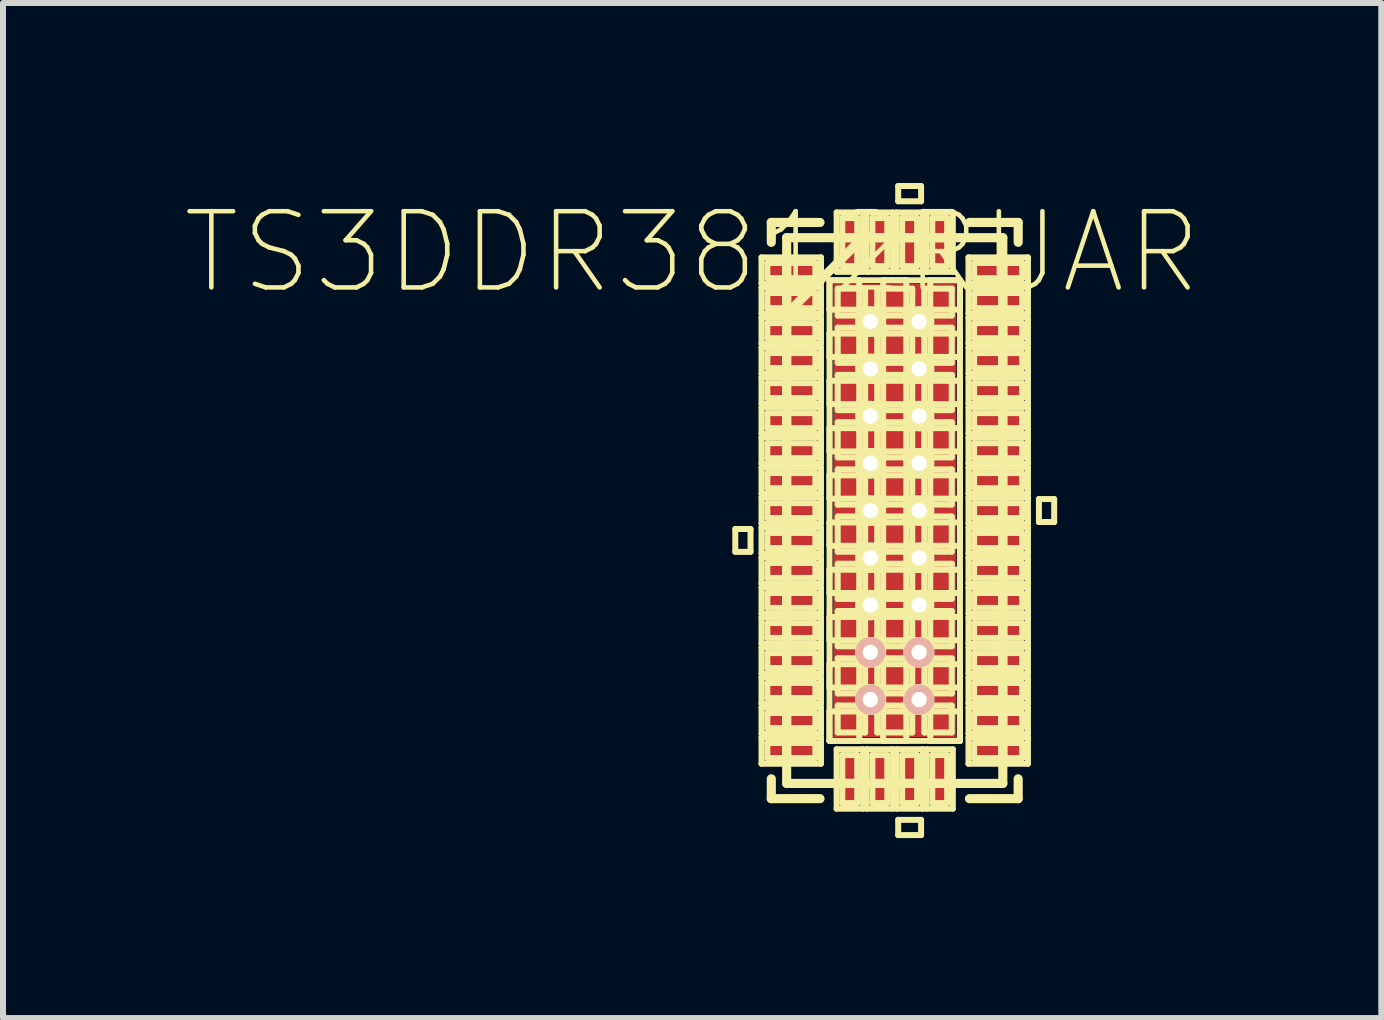
<source format=kicad_pcb>
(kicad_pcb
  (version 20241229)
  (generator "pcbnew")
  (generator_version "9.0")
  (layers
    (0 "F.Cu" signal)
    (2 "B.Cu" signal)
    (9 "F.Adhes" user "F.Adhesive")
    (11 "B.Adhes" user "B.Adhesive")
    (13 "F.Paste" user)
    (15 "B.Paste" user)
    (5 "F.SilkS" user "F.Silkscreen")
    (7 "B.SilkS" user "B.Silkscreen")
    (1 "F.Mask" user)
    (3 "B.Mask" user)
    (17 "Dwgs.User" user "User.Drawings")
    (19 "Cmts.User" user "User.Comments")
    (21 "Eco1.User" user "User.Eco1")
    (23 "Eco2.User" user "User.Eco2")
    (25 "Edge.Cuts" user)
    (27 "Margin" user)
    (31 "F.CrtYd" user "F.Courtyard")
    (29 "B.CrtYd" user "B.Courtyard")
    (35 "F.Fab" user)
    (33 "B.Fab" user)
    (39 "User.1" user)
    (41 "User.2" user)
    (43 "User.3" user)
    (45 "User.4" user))
  (footprint "TS3DDR3812RUAR"
    (layer "F.Cu")
    (at 11.86 5.458)
    (property "Reference" "TS3DDR3812RUAR" (at -3.375 -4.302 0) (layer "F.SilkS") (effects (font (size 1.27 1.27) (thickness 0.076))))
    (attr smd)
    (fp_line (start -2.657 0.307) (end -2.657 0.688) (stroke (width 0.1) (type solid)) (layer "F.SilkS"))
    (fp_line (start -2.657 0.688) (end -2.403 0.688) (stroke (width 0.1) (type solid)) (layer "F.SilkS"))
    (fp_line (start -2.403 0.307) (end -2.657 0.307) (stroke (width 0.1) (type solid)) (layer "F.SilkS"))
    (fp_line (start -2.403 0.688) (end -2.403 0.307) (stroke (width 0.1) (type solid)) (layer "F.SilkS"))
    (fp_line (start -2.22 -4.219) (end -2.22 -3.78) (stroke (width 0.1) (type solid)) (layer "F.SilkS"))
    (fp_line (start -2.22 -3.78) (end -1.229 -3.78) (stroke (width 0.1) (type solid)) (layer "F.SilkS"))
    (fp_line (start -2.22 -3.719) (end -2.22 -3.279) (stroke (width 0.1) (type solid)) (layer "F.SilkS"))
    (fp_line (start -2.22 -3.279) (end -1.229 -3.279) (stroke (width 0.1) (type solid)) (layer "F.SilkS"))
    (fp_line (start -2.22 -3.218) (end -2.22 -2.779) (stroke (width 0.1) (type solid)) (layer "F.SilkS"))
    (fp_line (start -2.22 -2.779) (end -1.229 -2.779) (stroke (width 0.1) (type solid)) (layer "F.SilkS"))
    (fp_line (start -2.22 -2.718) (end -2.22 -2.278) (stroke (width 0.1) (type solid)) (layer "F.SilkS"))
    (fp_line (start -2.22 -2.278) (end -1.229 -2.278) (stroke (width 0.1) (type solid)) (layer "F.SilkS"))
    (fp_line (start -2.22 -2.22) (end -2.22 -1.778) (stroke (width 0.1) (type solid)) (layer "F.SilkS"))
    (fp_line (start -2.22 -1.778) (end -1.229 -1.778) (stroke (width 0.1) (type solid)) (layer "F.SilkS"))
    (fp_line (start -2.22 -1.72) (end -2.22 -1.278) (stroke (width 0.1) (type solid)) (layer "F.SilkS"))
    (fp_line (start -2.22 -1.278) (end -1.229 -1.278) (stroke (width 0.1) (type solid)) (layer "F.SilkS"))
    (fp_line (start -2.22 -1.219) (end -2.22 -0.78) (stroke (width 0.1) (type solid)) (layer "F.SilkS"))
    (fp_line (start -2.22 -0.78) (end -1.229 -0.78) (stroke (width 0.1) (type solid)) (layer "F.SilkS"))
    (fp_line (start -2.22 -0.719) (end -2.22 -0.279) (stroke (width 0.1) (type solid)) (layer "F.SilkS"))
    (fp_line (start -2.22 -0.279) (end -1.229 -0.279) (stroke (width 0.1) (type solid)) (layer "F.SilkS"))
    (fp_line (start -2.22 -0.218) (end -2.22 0.218) (stroke (width 0.1) (type solid)) (layer "F.SilkS"))
    (fp_line (start -2.22 0.218) (end -1.229 0.218) (stroke (width 0.1) (type solid)) (layer "F.SilkS"))
    (fp_line (start -2.22 0.279) (end -2.22 0.719) (stroke (width 0.1) (type solid)) (layer "F.SilkS"))
    (fp_line (start -2.22 0.719) (end -1.229 0.719) (stroke (width 0.1) (type solid)) (layer "F.SilkS"))
    (fp_line (start -2.22 0.78) (end -2.22 1.219) (stroke (width 0.1) (type solid)) (layer "F.SilkS"))
    (fp_line (start -2.22 1.219) (end -1.229 1.219) (stroke (width 0.1) (type solid)) (layer "F.SilkS"))
    (fp_line (start -2.22 1.278) (end -2.22 1.72) (stroke (width 0.1) (type solid)) (layer "F.SilkS"))
    (fp_line (start -2.22 1.72) (end -1.229 1.72) (stroke (width 0.1) (type solid)) (layer "F.SilkS"))
    (fp_line (start -2.22 1.778) (end -2.22 2.22) (stroke (width 0.1) (type solid)) (layer "F.SilkS"))
    (fp_line (start -2.22 2.22) (end -1.229 2.22) (stroke (width 0.1) (type solid)) (layer "F.SilkS"))
    (fp_line (start -2.22 2.278) (end -2.22 2.718) (stroke (width 0.1) (type solid)) (layer "F.SilkS"))
    (fp_line (start -2.22 2.718) (end -1.229 2.718) (stroke (width 0.1) (type solid)) (layer "F.SilkS"))
    (fp_line (start -2.22 2.779) (end -2.22 3.218) (stroke (width 0.1) (type solid)) (layer "F.SilkS"))
    (fp_line (start -2.22 3.218) (end -1.229 3.218) (stroke (width 0.1) (type solid)) (layer "F.SilkS"))
    (fp_line (start -2.22 3.279) (end -2.22 3.719) (stroke (width 0.1) (type solid)) (layer "F.SilkS"))
    (fp_line (start -2.22 3.719) (end -1.229 3.719) (stroke (width 0.1) (type solid)) (layer "F.SilkS"))
    (fp_line (start -2.22 3.78) (end -2.22 4.219) (stroke (width 0.1) (type solid)) (layer "F.SilkS"))
    (fp_line (start -2.22 4.219) (end -1.229 4.219) (stroke (width 0.1) (type solid)) (layer "F.SilkS"))
    (fp_line (start -2.123 -4.125) (end -2.123 -3.873) (stroke (width 0.1) (type solid)) (layer "F.SilkS"))
    (fp_line (start -2.123 -3.873) (end -1.323 -3.873) (stroke (width 0.1) (type solid)) (layer "F.SilkS"))
    (fp_line (start -2.123 -3.625) (end -2.123 -3.373) (stroke (width 0.1) (type solid)) (layer "F.SilkS"))
    (fp_line (start -2.123 -3.373) (end -1.323 -3.373) (stroke (width 0.1) (type solid)) (layer "F.SilkS"))
    (fp_line (start -2.123 -3.124) (end -2.123 -2.873) (stroke (width 0.1) (type solid)) (layer "F.SilkS"))
    (fp_line (start -2.123 -2.873) (end -1.323 -2.873) (stroke (width 0.1) (type solid)) (layer "F.SilkS"))
    (fp_line (start -2.123 -2.624) (end -2.123 -2.375) (stroke (width 0.1) (type solid)) (layer "F.SilkS"))
    (fp_line (start -2.123 -2.375) (end -1.323 -2.375) (stroke (width 0.1) (type solid)) (layer "F.SilkS"))
    (fp_line (start -2.123 -2.123) (end -2.123 -1.875) (stroke (width 0.1) (type solid)) (layer "F.SilkS"))
    (fp_line (start -2.123 -1.875) (end -1.323 -1.875) (stroke (width 0.1) (type solid)) (layer "F.SilkS"))
    (fp_line (start -2.123 -1.623) (end -2.123 -1.374) (stroke (width 0.1) (type solid)) (layer "F.SilkS"))
    (fp_line (start -2.123 -1.374) (end -1.323 -1.374) (stroke (width 0.1) (type solid)) (layer "F.SilkS"))
    (fp_line (start -2.123 -1.123) (end -2.123 -0.874) (stroke (width 0.1) (type solid)) (layer "F.SilkS"))
    (fp_line (start -2.123 -0.874) (end -1.323 -0.874) (stroke (width 0.1) (type solid)) (layer "F.SilkS"))
    (fp_line (start -2.123 -0.625) (end -2.123 -0.373) (stroke (width 0.1) (type solid)) (layer "F.SilkS"))
    (fp_line (start -2.123 -0.373) (end -1.323 -0.373) (stroke (width 0.1) (type solid)) (layer "F.SilkS"))
    (fp_line (start -2.123 -0.124) (end -2.123 0.124) (stroke (width 0.1) (type solid)) (layer "F.SilkS"))
    (fp_line (start -2.123 0.124) (end -1.323 0.124) (stroke (width 0.1) (type solid)) (layer "F.SilkS"))
    (fp_line (start -2.123 0.373) (end -2.123 0.625) (stroke (width 0.1) (type solid)) (layer "F.SilkS"))
    (fp_line (start -2.123 0.625) (end -1.323 0.625) (stroke (width 0.1) (type solid)) (layer "F.SilkS"))
    (fp_line (start -2.123 0.874) (end -2.123 1.123) (stroke (width 0.1) (type solid)) (layer "F.SilkS"))
    (fp_line (start -2.123 1.123) (end -1.323 1.123) (stroke (width 0.1) (type solid)) (layer "F.SilkS"))
    (fp_line (start -2.123 1.374) (end -2.123 1.623) (stroke (width 0.1) (type solid)) (layer "F.SilkS"))
    (fp_line (start -2.123 1.623) (end -1.323 1.623) (stroke (width 0.1) (type solid)) (layer "F.SilkS"))
    (fp_line (start -2.123 1.875) (end -2.123 2.123) (stroke (width 0.1) (type solid)) (layer "F.SilkS"))
    (fp_line (start -2.123 2.123) (end -1.323 2.123) (stroke (width 0.1) (type solid)) (layer "F.SilkS"))
    (fp_line (start -2.123 2.375) (end -2.123 2.624) (stroke (width 0.1) (type solid)) (layer "F.SilkS"))
    (fp_line (start -2.123 2.624) (end -1.323 2.624) (stroke (width 0.1) (type solid)) (layer "F.SilkS"))
    (fp_line (start -2.123 2.873) (end -2.123 3.124) (stroke (width 0.1) (type solid)) (layer "F.SilkS"))
    (fp_line (start -2.123 3.124) (end -1.323 3.124) (stroke (width 0.1) (type solid)) (layer "F.SilkS"))
    (fp_line (start -2.123 3.373) (end -2.123 3.625) (stroke (width 0.1) (type solid)) (layer "F.SilkS"))
    (fp_line (start -2.123 3.625) (end -1.323 3.625) (stroke (width 0.1) (type solid)) (layer "F.SilkS"))
    (fp_line (start -2.123 3.873) (end -2.123 4.125) (stroke (width 0.1) (type solid)) (layer "F.SilkS"))
    (fp_line (start -2.123 4.125) (end -1.323 4.125) (stroke (width 0.1) (type solid)) (layer "F.SilkS"))
    (fp_line (start -2.057 -4.801) (end -2.057 -4.47) (stroke (width 0.152) (type solid)) (layer "F.SilkS"))
    (fp_line (start -2.057 4.47) (end -2.057 4.801) (stroke (width 0.152) (type solid)) (layer "F.SilkS"))
    (fp_line (start -2.057 4.801) (end -1.245 4.801) (stroke (width 0.152) (type solid)) (layer "F.SilkS"))
    (fp_line (start -1.801 -4.547) (end -1.801 4.547) (stroke (width 0.152) (type solid)) (layer "F.SilkS"))
    (fp_line (start -1.801 -4.14) (end -1.801 -3.861) (stroke (width 0.152) (type solid)) (layer "F.SilkS"))
    (fp_line (start -1.801 -3.658) (end -1.801 -3.353) (stroke (width 0.152) (type solid)) (layer "F.SilkS"))
    (fp_line (start -1.801 -3.277) (end -0.533 -4.547) (stroke (width 0.152) (type solid)) (layer "F.SilkS"))
    (fp_line (start -1.801 -3.15) (end -1.801 -2.845) (stroke (width 0.152) (type solid)) (layer "F.SilkS"))
    (fp_line (start -1.801 -2.642) (end -1.801 -2.362) (stroke (width 0.152) (type solid)) (layer "F.SilkS"))
    (fp_line (start -1.801 -2.159) (end -1.801 -1.854) (stroke (width 0.152) (type solid)) (layer "F.SilkS"))
    (fp_line (start -1.801 -1.651) (end -1.801 -1.346) (stroke (width 0.152) (type solid)) (layer "F.SilkS"))
    (fp_line (start -1.801 -1.143) (end -1.801 -0.838) (stroke (width 0.152) (type solid)) (layer "F.SilkS"))
    (fp_line (start -1.801 -0.66) (end -1.801 -0.356) (stroke (width 0.152) (type solid)) (layer "F.SilkS"))
    (fp_line (start -1.801 -0.152) (end -1.801 0.152) (stroke (width 0.152) (type solid)) (layer "F.SilkS"))
    (fp_line (start -1.801 0.356) (end -1.801 0.66) (stroke (width 0.152) (type solid)) (layer "F.SilkS"))
    (fp_line (start -1.801 0.838) (end -1.801 1.143) (stroke (width 0.152) (type solid)) (layer "F.SilkS"))
    (fp_line (start -1.801 1.346) (end -1.801 1.651) (stroke (width 0.152) (type solid)) (layer "F.SilkS"))
    (fp_line (start -1.801 1.854) (end -1.801 2.159) (stroke (width 0.152) (type solid)) (layer "F.SilkS"))
    (fp_line (start -1.801 2.362) (end -1.801 2.642) (stroke (width 0.152) (type solid)) (layer "F.SilkS"))
    (fp_line (start -1.801 2.845) (end -1.801 3.15) (stroke (width 0.152) (type solid)) (layer "F.SilkS"))
    (fp_line (start -1.801 3.353) (end -1.801 3.658) (stroke (width 0.152) (type solid)) (layer "F.SilkS"))
    (fp_line (start -1.801 3.861) (end -1.801 4.14) (stroke (width 0.152) (type solid)) (layer "F.SilkS"))
    (fp_line (start -1.801 4.547) (end 1.801 4.547) (stroke (width 0.152) (type solid)) (layer "F.SilkS"))
    (fp_line (start -1.323 -4.125) (end -2.123 -4.125) (stroke (width 0.1) (type solid)) (layer "F.SilkS"))
    (fp_line (start -1.323 -3.873) (end -1.323 -4.125) (stroke (width 0.1) (type solid)) (layer "F.SilkS"))
    (fp_line (start -1.323 -3.625) (end -2.123 -3.625) (stroke (width 0.1) (type solid)) (layer "F.SilkS"))
    (fp_line (start -1.323 -3.373) (end -1.323 -3.625) (stroke (width 0.1) (type solid)) (layer "F.SilkS"))
    (fp_line (start -1.323 -3.124) (end -2.123 -3.124) (stroke (width 0.1) (type solid)) (layer "F.SilkS"))
    (fp_line (start -1.323 -2.873) (end -1.323 -3.124) (stroke (width 0.1) (type solid)) (layer "F.SilkS"))
    (fp_line (start -1.323 -2.624) (end -2.123 -2.624) (stroke (width 0.1) (type solid)) (layer "F.SilkS"))
    (fp_line (start -1.323 -2.375) (end -1.323 -2.624) (stroke (width 0.1) (type solid)) (layer "F.SilkS"))
    (fp_line (start -1.323 -2.123) (end -2.123 -2.123) (stroke (width 0.1) (type solid)) (layer "F.SilkS"))
    (fp_line (start -1.323 -1.875) (end -1.323 -2.123) (stroke (width 0.1) (type solid)) (layer "F.SilkS"))
    (fp_line (start -1.323 -1.623) (end -2.123 -1.623) (stroke (width 0.1) (type solid)) (layer "F.SilkS"))
    (fp_line (start -1.323 -1.374) (end -1.323 -1.623) (stroke (width 0.1) (type solid)) (layer "F.SilkS"))
    (fp_line (start -1.323 -1.123) (end -2.123 -1.123) (stroke (width 0.1) (type solid)) (layer "F.SilkS"))
    (fp_line (start -1.323 -0.874) (end -1.323 -1.123) (stroke (width 0.1) (type solid)) (layer "F.SilkS"))
    (fp_line (start -1.323 -0.625) (end -2.123 -0.625) (stroke (width 0.1) (type solid)) (layer "F.SilkS"))
    (fp_line (start -1.323 -0.373) (end -1.323 -0.625) (stroke (width 0.1) (type solid)) (layer "F.SilkS"))
    (fp_line (start -1.323 -0.124) (end -2.123 -0.124) (stroke (width 0.1) (type solid)) (layer "F.SilkS"))
    (fp_line (start -1.323 0.124) (end -1.323 -0.124) (stroke (width 0.1) (type solid)) (layer "F.SilkS"))
    (fp_line (start -1.323 0.373) (end -2.123 0.373) (stroke (width 0.1) (type solid)) (layer "F.SilkS"))
    (fp_line (start -1.323 0.625) (end -1.323 0.373) (stroke (width 0.1) (type solid)) (layer "F.SilkS"))
    (fp_line (start -1.323 0.874) (end -2.123 0.874) (stroke (width 0.1) (type solid)) (layer "F.SilkS"))
    (fp_line (start -1.323 1.123) (end -1.323 0.874) (stroke (width 0.1) (type solid)) (layer "F.SilkS"))
    (fp_line (start -1.323 1.374) (end -2.123 1.374) (stroke (width 0.1) (type solid)) (layer "F.SilkS"))
    (fp_line (start -1.323 1.623) (end -1.323 1.374) (stroke (width 0.1) (type solid)) (layer "F.SilkS"))
    (fp_line (start -1.323 1.875) (end -2.123 1.875) (stroke (width 0.1) (type solid)) (layer "F.SilkS"))
    (fp_line (start -1.323 2.123) (end -1.323 1.875) (stroke (width 0.1) (type solid)) (layer "F.SilkS"))
    (fp_line (start -1.323 2.375) (end -2.123 2.375) (stroke (width 0.1) (type solid)) (layer "F.SilkS"))
    (fp_line (start -1.323 2.624) (end -1.323 2.375) (stroke (width 0.1) (type solid)) (layer "F.SilkS"))
    (fp_line (start -1.323 2.873) (end -2.123 2.873) (stroke (width 0.1) (type solid)) (layer "F.SilkS"))
    (fp_line (start -1.323 3.124) (end -1.323 2.873) (stroke (width 0.1) (type solid)) (layer "F.SilkS"))
    (fp_line (start -1.323 3.373) (end -2.123 3.373) (stroke (width 0.1) (type solid)) (layer "F.SilkS"))
    (fp_line (start -1.323 3.625) (end -1.323 3.373) (stroke (width 0.1) (type solid)) (layer "F.SilkS"))
    (fp_line (start -1.323 3.873) (end -2.123 3.873) (stroke (width 0.1) (type solid)) (layer "F.SilkS"))
    (fp_line (start -1.323 4.125) (end -1.323 3.873) (stroke (width 0.1) (type solid)) (layer "F.SilkS"))
    (fp_line (start -1.245 -4.801) (end -2.057 -4.801) (stroke (width 0.152) (type solid)) (layer "F.SilkS"))
    (fp_line (start -1.229 -4.219) (end -2.22 -4.219) (stroke (width 0.1) (type solid)) (layer "F.SilkS"))
    (fp_line (start -1.229 -3.78) (end -1.229 -4.219) (stroke (width 0.1) (type solid)) (layer "F.SilkS"))
    (fp_line (start -1.229 -3.719) (end -2.22 -3.719) (stroke (width 0.1) (type solid)) (layer "F.SilkS"))
    (fp_line (start -1.229 -3.279) (end -1.229 -3.719) (stroke (width 0.1) (type solid)) (layer "F.SilkS"))
    (fp_line (start -1.229 -3.218) (end -2.22 -3.218) (stroke (width 0.1) (type solid)) (layer "F.SilkS"))
    (fp_line (start -1.229 -2.779) (end -1.229 -3.218) (stroke (width 0.1) (type solid)) (layer "F.SilkS"))
    (fp_line (start -1.229 -2.718) (end -2.22 -2.718) (stroke (width 0.1) (type solid)) (layer "F.SilkS"))
    (fp_line (start -1.229 -2.278) (end -1.229 -2.718) (stroke (width 0.1) (type solid)) (layer "F.SilkS"))
    (fp_line (start -1.229 -2.22) (end -2.22 -2.22) (stroke (width 0.1) (type solid)) (layer "F.SilkS"))
    (fp_line (start -1.229 -1.778) (end -1.229 -2.22) (stroke (width 0.1) (type solid)) (layer "F.SilkS"))
    (fp_line (start -1.229 -1.72) (end -2.22 -1.72) (stroke (width 0.1) (type solid)) (layer "F.SilkS"))
    (fp_line (start -1.229 -1.278) (end -1.229 -1.72) (stroke (width 0.1) (type solid)) (layer "F.SilkS"))
    (fp_line (start -1.229 -1.219) (end -2.22 -1.219) (stroke (width 0.1) (type solid)) (layer "F.SilkS"))
    (fp_line (start -1.229 -0.78) (end -1.229 -1.219) (stroke (width 0.1) (type solid)) (layer "F.SilkS"))
    (fp_line (start -1.229 -0.719) (end -2.22 -0.719) (stroke (width 0.1) (type solid)) (layer "F.SilkS"))
    (fp_line (start -1.229 -0.279) (end -1.229 -0.719) (stroke (width 0.1) (type solid)) (layer "F.SilkS"))
    (fp_line (start -1.229 -0.218) (end -2.22 -0.218) (stroke (width 0.1) (type solid)) (layer "F.SilkS"))
    (fp_line (start -1.229 0.218) (end -1.229 -0.218) (stroke (width 0.1) (type solid)) (layer "F.SilkS"))
    (fp_line (start -1.229 0.279) (end -2.22 0.279) (stroke (width 0.1) (type solid)) (layer "F.SilkS"))
    (fp_line (start -1.229 0.719) (end -1.229 0.279) (stroke (width 0.1) (type solid)) (layer "F.SilkS"))
    (fp_line (start -1.229 0.78) (end -2.22 0.78) (stroke (width 0.1) (type solid)) (layer "F.SilkS"))
    (fp_line (start -1.229 1.219) (end -1.229 0.78) (stroke (width 0.1) (type solid)) (layer "F.SilkS"))
    (fp_line (start -1.229 1.278) (end -2.22 1.278) (stroke (width 0.1) (type solid)) (layer "F.SilkS"))
    (fp_line (start -1.229 1.72) (end -1.229 1.278) (stroke (width 0.1) (type solid)) (layer "F.SilkS"))
    (fp_line (start -1.229 1.778) (end -2.22 1.778) (stroke (width 0.1) (type solid)) (layer "F.SilkS"))
    (fp_line (start -1.229 2.22) (end -1.229 1.778) (stroke (width 0.1) (type solid)) (layer "F.SilkS"))
    (fp_line (start -1.229 2.278) (end -2.22 2.278) (stroke (width 0.1) (type solid)) (layer "F.SilkS"))
    (fp_line (start -1.229 2.718) (end -1.229 2.278) (stroke (width 0.1) (type solid)) (layer "F.SilkS"))
    (fp_line (start -1.229 2.779) (end -2.22 2.779) (stroke (width 0.1) (type solid)) (layer "F.SilkS"))
    (fp_line (start -1.229 3.218) (end -1.229 2.779) (stroke (width 0.1) (type solid)) (layer "F.SilkS"))
    (fp_line (start -1.229 3.279) (end -2.22 3.279) (stroke (width 0.1) (type solid)) (layer "F.SilkS"))
    (fp_line (start -1.229 3.719) (end -1.229 3.279) (stroke (width 0.1) (type solid)) (layer "F.SilkS"))
    (fp_line (start -1.229 3.78) (end -2.22 3.78) (stroke (width 0.1) (type solid)) (layer "F.SilkS"))
    (fp_line (start -1.229 4.219) (end -1.229 3.78) (stroke (width 0.1) (type solid)) (layer "F.SilkS"))
    (fp_line (start -1.087 -3.838) (end -0.592 -3.838) (stroke (width 0.1) (type solid)) (layer "F.SilkS"))
    (fp_line (start -1.087 -3.838) (end 1.087 -3.838) (stroke (width 0.1) (type solid)) (layer "F.SilkS"))
    (fp_line (start -1.087 -3.348) (end -1.087 -3.838) (stroke (width 0.1) (type solid)) (layer "F.SilkS"))
    (fp_line (start -1.087 -2.949) (end 1.087 -2.949) (stroke (width 0.1) (type solid)) (layer "F.SilkS"))
    (fp_line (start -1.087 -2.56) (end -1.087 -2.949) (stroke (width 0.1) (type solid)) (layer "F.SilkS"))
    (fp_line (start -1.087 -2.162) (end 1.087 -2.162) (stroke (width 0.1) (type solid)) (layer "F.SilkS"))
    (fp_line (start -1.087 -1.773) (end -1.087 -2.162) (stroke (width 0.1) (type solid)) (layer "F.SilkS"))
    (fp_line (start -1.087 -1.374) (end 1.087 -1.374) (stroke (width 0.1) (type solid)) (layer "F.SilkS"))
    (fp_line (start -1.087 -0.986) (end -1.087 -1.374) (stroke (width 0.1) (type solid)) (layer "F.SilkS"))
    (fp_line (start -1.087 -0.587) (end 1.087 -0.587) (stroke (width 0.1) (type solid)) (layer "F.SilkS"))
    (fp_line (start -1.087 -0.198) (end -1.087 -0.587) (stroke (width 0.1) (type solid)) (layer "F.SilkS"))
    (fp_line (start -1.087 0.198) (end 1.087 0.198) (stroke (width 0.1) (type solid)) (layer "F.SilkS"))
    (fp_line (start -1.087 0.587) (end -1.087 0.198) (stroke (width 0.1) (type solid)) (layer "F.SilkS"))
    (fp_line (start -1.087 0.986) (end 1.087 0.986) (stroke (width 0.1) (type solid)) (layer "F.SilkS"))
    (fp_line (start -1.087 1.374) (end -1.087 0.986) (stroke (width 0.1) (type solid)) (layer "F.SilkS"))
    (fp_line (start -1.087 1.773) (end 1.087 1.773) (stroke (width 0.1) (type solid)) (layer "F.SilkS"))
    (fp_line (start -1.087 2.162) (end -1.087 1.773) (stroke (width 0.1) (type solid)) (layer "F.SilkS"))
    (fp_line (start -1.087 2.56) (end 1.087 2.56) (stroke (width 0.1) (type solid)) (layer "F.SilkS"))
    (fp_line (start -1.087 2.949) (end -1.087 2.56) (stroke (width 0.1) (type solid)) (layer "F.SilkS"))
    (fp_line (start -1.087 3.348) (end 1.087 3.348) (stroke (width 0.1) (type solid)) (layer "F.SilkS"))
    (fp_line (start -1.087 3.838) (end -1.087 -3.838) (stroke (width 0.1) (type solid)) (layer "F.SilkS"))
    (fp_line (start -1.087 3.838) (end -1.087 3.348) (stroke (width 0.1) (type solid)) (layer "F.SilkS"))
    (fp_line (start -0.968 -4.968) (end -0.968 -3.978) (stroke (width 0.1) (type solid)) (layer "F.SilkS"))
    (fp_line (start -0.968 -3.978) (end -0.528 -3.978) (stroke (width 0.1) (type solid)) (layer "F.SilkS"))
    (fp_line (start -0.968 3.978) (end -0.968 4.968) (stroke (width 0.1) (type solid)) (layer "F.SilkS"))
    (fp_line (start -0.968 4.968) (end -0.528 4.968) (stroke (width 0.1) (type solid)) (layer "F.SilkS"))
    (fp_line (start -0.95 -3.698) (end -0.95 -3.249) (stroke (width 0.1) (type solid)) (layer "F.SilkS"))
    (fp_line (start -0.95 -3.249) (end -0.635 -3.249) (stroke (width 0.1) (type solid)) (layer "F.SilkS"))
    (fp_line (start -0.95 -3.048) (end -0.95 -2.461) (stroke (width 0.1) (type solid)) (layer "F.SilkS"))
    (fp_line (start -0.95 -2.461) (end -0.635 -2.461) (stroke (width 0.1) (type solid)) (layer "F.SilkS"))
    (fp_line (start -0.95 -2.261) (end -0.95 -1.674) (stroke (width 0.1) (type solid)) (layer "F.SilkS"))
    (fp_line (start -0.95 -1.674) (end -0.635 -1.674) (stroke (width 0.1) (type solid)) (layer "F.SilkS"))
    (fp_line (start -0.95 -1.473) (end -0.95 -0.886) (stroke (width 0.1) (type solid)) (layer "F.SilkS"))
    (fp_line (start -0.95 -0.886) (end -0.635 -0.886) (stroke (width 0.1) (type solid)) (layer "F.SilkS"))
    (fp_line (start -0.95 -0.686) (end -0.95 -0.099) (stroke (width 0.1) (type solid)) (layer "F.SilkS"))
    (fp_line (start -0.95 -0.099) (end -0.635 -0.099) (stroke (width 0.1) (type solid)) (layer "F.SilkS"))
    (fp_line (start -0.95 0.099) (end -0.95 0.686) (stroke (width 0.1) (type solid)) (layer "F.SilkS"))
    (fp_line (start -0.95 0.686) (end -0.635 0.686) (stroke (width 0.1) (type solid)) (layer "F.SilkS"))
    (fp_line (start -0.95 0.886) (end -0.95 1.473) (stroke (width 0.1) (type solid)) (layer "F.SilkS"))
    (fp_line (start -0.95 1.473) (end -0.635 1.473) (stroke (width 0.1) (type solid)) (layer "F.SilkS"))
    (fp_line (start -0.95 1.674) (end -0.95 2.261) (stroke (width 0.1) (type solid)) (layer "F.SilkS"))
    (fp_line (start -0.95 2.261) (end -0.635 2.261) (stroke (width 0.1) (type solid)) (layer "F.SilkS"))
    (fp_line (start -0.95 2.461) (end -0.95 3.048) (stroke (width 0.1) (type solid)) (layer "F.SilkS"))
    (fp_line (start -0.95 3.048) (end -0.635 3.048) (stroke (width 0.1) (type solid)) (layer "F.SilkS"))
    (fp_line (start -0.95 3.249) (end -0.95 3.698) (stroke (width 0.1) (type solid)) (layer "F.SilkS"))
    (fp_line (start -0.95 3.698) (end -0.493 3.698) (stroke (width 0.1) (type solid)) (layer "F.SilkS"))
    (fp_line (start -0.889 4.547) (end -0.61 4.547) (stroke (width 0.152) (type solid)) (layer "F.SilkS"))
    (fp_line (start -0.874 -4.874) (end -0.874 -4.074) (stroke (width 0.1) (type solid)) (layer "F.SilkS"))
    (fp_line (start -0.874 -4.074) (end -0.625 -4.074) (stroke (width 0.1) (type solid)) (layer "F.SilkS"))
    (fp_line (start -0.874 4.074) (end -0.874 4.874) (stroke (width 0.1) (type solid)) (layer "F.SilkS"))
    (fp_line (start -0.874 4.874) (end -0.625 4.874) (stroke (width 0.1) (type solid)) (layer "F.SilkS"))
    (fp_line (start -0.635 -3.249) (end -0.493 -3.391) (stroke (width 0.1) (type solid)) (layer "F.SilkS"))
    (fp_line (start -0.635 -3.048) (end -0.95 -3.048) (stroke (width 0.1) (type solid)) (layer "F.SilkS"))
    (fp_line (start -0.635 -2.461) (end -0.493 -2.603) (stroke (width 0.1) (type solid)) (layer "F.SilkS"))
    (fp_line (start -0.635 -2.261) (end -0.95 -2.261) (stroke (width 0.1) (type solid)) (layer "F.SilkS"))
    (fp_line (start -0.635 -1.674) (end -0.493 -1.816) (stroke (width 0.1) (type solid)) (layer "F.SilkS"))
    (fp_line (start -0.635 -1.473) (end -0.95 -1.473) (stroke (width 0.1) (type solid)) (layer "F.SilkS"))
    (fp_line (start -0.635 -0.886) (end -0.493 -1.029) (stroke (width 0.1) (type solid)) (layer "F.SilkS"))
    (fp_line (start -0.635 -0.686) (end -0.95 -0.686) (stroke (width 0.1) (type solid)) (layer "F.SilkS"))
    (fp_line (start -0.635 -0.099) (end -0.493 -0.241) (stroke (width 0.1) (type solid)) (layer "F.SilkS"))
    (fp_line (start -0.635 0.099) (end -0.95 0.099) (stroke (width 0.1) (type solid)) (layer "F.SilkS"))
    (fp_line (start -0.635 0.686) (end -0.493 0.544) (stroke (width 0.1) (type solid)) (layer "F.SilkS"))
    (fp_line (start -0.635 0.886) (end -0.95 0.886) (stroke (width 0.1) (type solid)) (layer "F.SilkS"))
    (fp_line (start -0.635 1.473) (end -0.493 1.331) (stroke (width 0.1) (type solid)) (layer "F.SilkS"))
    (fp_line (start -0.635 1.674) (end -0.95 1.674) (stroke (width 0.1) (type solid)) (layer "F.SilkS"))
    (fp_line (start -0.635 2.261) (end -0.493 2.118) (stroke (width 0.1) (type solid)) (layer "F.SilkS"))
    (fp_line (start -0.635 2.461) (end -0.95 2.461) (stroke (width 0.1) (type solid)) (layer "F.SilkS"))
    (fp_line (start -0.635 3.048) (end -0.493 2.906) (stroke (width 0.1) (type solid)) (layer "F.SilkS"))
    (fp_line (start -0.635 3.249) (end -0.95 3.249) (stroke (width 0.1) (type solid)) (layer "F.SilkS"))
    (fp_line (start -0.625 -4.874) (end -0.874 -4.874) (stroke (width 0.1) (type solid)) (layer "F.SilkS"))
    (fp_line (start -0.625 -4.074) (end -0.625 -4.874) (stroke (width 0.1) (type solid)) (layer "F.SilkS"))
    (fp_line (start -0.625 4.074) (end -0.874 4.074) (stroke (width 0.1) (type solid)) (layer "F.SilkS"))
    (fp_line (start -0.625 4.874) (end -0.625 4.074) (stroke (width 0.1) (type solid)) (layer "F.SilkS"))
    (fp_line (start -0.61 -4.547) (end -0.889 -4.547) (stroke (width 0.152) (type solid)) (layer "F.SilkS"))
    (fp_line (start -0.592 -3.838) (end -0.592 3.838) (stroke (width 0.1) (type solid)) (layer "F.SilkS"))
    (fp_line (start -0.592 3.838) (end -1.087 3.838) (stroke (width 0.1) (type solid)) (layer "F.SilkS"))
    (fp_line (start -0.528 -4.968) (end -0.968 -4.968) (stroke (width 0.1) (type solid)) (layer "F.SilkS"))
    (fp_line (start -0.528 -3.978) (end -0.528 -4.968) (stroke (width 0.1) (type solid)) (layer "F.SilkS"))
    (fp_line (start -0.528 3.978) (end -0.968 3.978) (stroke (width 0.1) (type solid)) (layer "F.SilkS"))
    (fp_line (start -0.528 4.968) (end -0.528 3.978) (stroke (width 0.1) (type solid)) (layer "F.SilkS"))
    (fp_line (start -0.493 -3.698) (end -0.95 -3.698) (stroke (width 0.1) (type solid)) (layer "F.SilkS"))
    (fp_line (start -0.493 -3.391) (end -0.493 -3.698) (stroke (width 0.1) (type solid)) (layer "F.SilkS"))
    (fp_line (start -0.493 -2.906) (end -0.635 -3.048) (stroke (width 0.1) (type solid)) (layer "F.SilkS"))
    (fp_line (start -0.493 -2.603) (end -0.493 -2.906) (stroke (width 0.1) (type solid)) (layer "F.SilkS"))
    (fp_line (start -0.493 -2.118) (end -0.635 -2.261) (stroke (width 0.1) (type solid)) (layer "F.SilkS"))
    (fp_line (start -0.493 -1.816) (end -0.493 -2.118) (stroke (width 0.1) (type solid)) (layer "F.SilkS"))
    (fp_line (start -0.493 -1.331) (end -0.635 -1.473) (stroke (width 0.1) (type solid)) (layer "F.SilkS"))
    (fp_line (start -0.493 -1.029) (end -0.493 -1.331) (stroke (width 0.1) (type solid)) (layer "F.SilkS"))
    (fp_line (start -0.493 -0.544) (end -0.635 -0.686) (stroke (width 0.1) (type solid)) (layer "F.SilkS"))
    (fp_line (start -0.493 -0.241) (end -0.493 -0.544) (stroke (width 0.1) (type solid)) (layer "F.SilkS"))
    (fp_line (start -0.493 0.241) (end -0.635 0.099) (stroke (width 0.1) (type solid)) (layer "F.SilkS"))
    (fp_line (start -0.493 0.544) (end -0.493 0.241) (stroke (width 0.1) (type solid)) (layer "F.SilkS"))
    (fp_line (start -0.493 1.029) (end -0.635 0.886) (stroke (width 0.1) (type solid)) (layer "F.SilkS"))
    (fp_line (start -0.493 1.331) (end -0.493 1.029) (stroke (width 0.1) (type solid)) (layer "F.SilkS"))
    (fp_line (start -0.493 1.816) (end -0.635 1.674) (stroke (width 0.1) (type solid)) (layer "F.SilkS"))
    (fp_line (start -0.493 2.118) (end -0.493 1.816) (stroke (width 0.1) (type solid)) (layer "F.SilkS"))
    (fp_line (start -0.493 2.603) (end -0.635 2.461) (stroke (width 0.1) (type solid)) (layer "F.SilkS"))
    (fp_line (start -0.493 2.906) (end -0.493 2.603) (stroke (width 0.1) (type solid)) (layer "F.SilkS"))
    (fp_line (start -0.493 3.391) (end -0.635 3.249) (stroke (width 0.1) (type solid)) (layer "F.SilkS"))
    (fp_line (start -0.493 3.698) (end -0.493 3.391) (stroke (width 0.1) (type solid)) (layer "F.SilkS"))
    (fp_line (start -0.47 -4.968) (end -0.47 -3.978) (stroke (width 0.1) (type solid)) (layer "F.SilkS"))
    (fp_line (start -0.47 -3.978) (end -0.028 -3.978) (stroke (width 0.1) (type solid)) (layer "F.SilkS"))
    (fp_line (start -0.47 3.978) (end -0.47 4.968) (stroke (width 0.1) (type solid)) (layer "F.SilkS"))
    (fp_line (start -0.47 4.968) (end -0.028 4.968) (stroke (width 0.1) (type solid)) (layer "F.SilkS"))
    (fp_line (start -0.406 4.547) (end -0.102 4.547) (stroke (width 0.152) (type solid)) (layer "F.SilkS"))
    (fp_line (start -0.373 -4.874) (end -0.373 -4.074) (stroke (width 0.1) (type solid)) (layer "F.SilkS"))
    (fp_line (start -0.373 -4.074) (end -0.124 -4.074) (stroke (width 0.1) (type solid)) (layer "F.SilkS"))
    (fp_line (start -0.373 4.074) (end -0.373 4.874) (stroke (width 0.1) (type solid)) (layer "F.SilkS"))
    (fp_line (start -0.373 4.874) (end -0.124 4.874) (stroke (width 0.1) (type solid)) (layer "F.SilkS"))
    (fp_line (start -0.292 -3.698) (end -0.292 -3.391) (stroke (width 0.1) (type solid)) (layer "F.SilkS"))
    (fp_line (start -0.292 -3.391) (end -0.15 -3.249) (stroke (width 0.1) (type solid)) (layer "F.SilkS"))
    (fp_line (start -0.292 -2.906) (end -0.292 -2.603) (stroke (width 0.1) (type solid)) (layer "F.SilkS"))
    (fp_line (start -0.292 -2.603) (end -0.15 -2.461) (stroke (width 0.1) (type solid)) (layer "F.SilkS"))
    (fp_line (start -0.292 -2.118) (end -0.292 -1.816) (stroke (width 0.1) (type solid)) (layer "F.SilkS"))
    (fp_line (start -0.292 -1.816) (end -0.15 -1.674) (stroke (width 0.1) (type solid)) (layer "F.SilkS"))
    (fp_line (start -0.292 -1.331) (end -0.292 -1.029) (stroke (width 0.1) (type solid)) (layer "F.SilkS"))
    (fp_line (start -0.292 -1.029) (end -0.15 -0.886) (stroke (width 0.1) (type solid)) (layer "F.SilkS"))
    (fp_line (start -0.292 -0.544) (end -0.292 -0.241) (stroke (width 0.1) (type solid)) (layer "F.SilkS"))
    (fp_line (start -0.292 -0.241) (end -0.15 -0.099) (stroke (width 0.1) (type solid)) (layer "F.SilkS"))
    (fp_line (start -0.292 0.241) (end -0.292 0.544) (stroke (width 0.1) (type solid)) (layer "F.SilkS"))
    (fp_line (start -0.292 0.544) (end -0.15 0.686) (stroke (width 0.1) (type solid)) (layer "F.SilkS"))
    (fp_line (start -0.292 1.029) (end -0.292 1.331) (stroke (width 0.1) (type solid)) (layer "F.SilkS"))
    (fp_line (start -0.292 1.331) (end -0.15 1.473) (stroke (width 0.1) (type solid)) (layer "F.SilkS"))
    (fp_line (start -0.292 1.816) (end -0.292 2.118) (stroke (width 0.1) (type solid)) (layer "F.SilkS"))
    (fp_line (start -0.292 2.118) (end -0.15 2.261) (stroke (width 0.1) (type solid)) (layer "F.SilkS"))
    (fp_line (start -0.292 2.603) (end -0.292 2.906) (stroke (width 0.1) (type solid)) (layer "F.SilkS"))
    (fp_line (start -0.292 2.906) (end -0.15 3.048) (stroke (width 0.1) (type solid)) (layer "F.SilkS"))
    (fp_line (start -0.292 3.391) (end -0.292 3.698) (stroke (width 0.1) (type solid)) (layer "F.SilkS"))
    (fp_line (start -0.292 3.698) (end 0.292 3.698) (stroke (width 0.1) (type solid)) (layer "F.SilkS"))
    (fp_line (start -0.193 -3.838) (end -0.193 3.838) (stroke (width 0.1) (type solid)) (layer "F.SilkS"))
    (fp_line (start -0.193 3.838) (end 0.193 3.838) (stroke (width 0.1) (type solid)) (layer "F.SilkS"))
    (fp_line (start -0.15 -3.249) (end 0.15 -3.249) (stroke (width 0.1) (type solid)) (layer "F.SilkS"))
    (fp_line (start -0.15 -3.048) (end -0.292 -2.906) (stroke (width 0.1) (type solid)) (layer "F.SilkS"))
    (fp_line (start -0.15 -2.461) (end 0.15 -2.461) (stroke (width 0.1) (type solid)) (layer "F.SilkS"))
    (fp_line (start -0.15 -2.261) (end -0.292 -2.118) (stroke (width 0.1) (type solid)) (layer "F.SilkS"))
    (fp_line (start -0.15 -1.674) (end 0.15 -1.674) (stroke (width 0.1) (type solid)) (layer "F.SilkS"))
    (fp_line (start -0.15 -1.473) (end -0.292 -1.331) (stroke (width 0.1) (type solid)) (layer "F.SilkS"))
    (fp_line (start -0.15 -0.886) (end 0.15 -0.886) (stroke (width 0.1) (type solid)) (layer "F.SilkS"))
    (fp_line (start -0.15 -0.686) (end -0.292 -0.544) (stroke (width 0.1) (type solid)) (layer "F.SilkS"))
    (fp_line (start -0.15 -0.099) (end 0.15 -0.099) (stroke (width 0.1) (type solid)) (layer "F.SilkS"))
    (fp_line (start -0.15 0.099) (end -0.292 0.241) (stroke (width 0.1) (type solid)) (layer "F.SilkS"))
    (fp_line (start -0.15 0.686) (end 0.15 0.686) (stroke (width 0.1) (type solid)) (layer "F.SilkS"))
    (fp_line (start -0.15 0.886) (end -0.292 1.029) (stroke (width 0.1) (type solid)) (layer "F.SilkS"))
    (fp_line (start -0.15 1.473) (end 0.15 1.473) (stroke (width 0.1) (type solid)) (layer "F.SilkS"))
    (fp_line (start -0.15 1.674) (end -0.292 1.816) (stroke (width 0.1) (type solid)) (layer "F.SilkS"))
    (fp_line (start -0.15 2.261) (end 0.15 2.261) (stroke (width 0.1) (type solid)) (layer "F.SilkS"))
    (fp_line (start -0.15 2.461) (end -0.292 2.603) (stroke (width 0.1) (type solid)) (layer "F.SilkS"))
    (fp_line (start -0.15 3.048) (end 0.15 3.048) (stroke (width 0.1) (type solid)) (layer "F.SilkS"))
    (fp_line (start -0.15 3.249) (end -0.292 3.391) (stroke (width 0.1) (type solid)) (layer "F.SilkS"))
    (fp_line (start -0.124 -4.874) (end -0.373 -4.874) (stroke (width 0.1) (type solid)) (layer "F.SilkS"))
    (fp_line (start -0.124 -4.074) (end -0.124 -4.874) (stroke (width 0.1) (type solid)) (layer "F.SilkS"))
    (fp_line (start -0.124 4.074) (end -0.373 4.074) (stroke (width 0.1) (type solid)) (layer "F.SilkS"))
    (fp_line (start -0.124 4.874) (end -0.124 4.074) (stroke (width 0.1) (type solid)) (layer "F.SilkS"))
    (fp_line (start -0.102 -4.547) (end -0.406 -4.547) (stroke (width 0.152) (type solid)) (layer "F.SilkS"))
    (fp_line (start -0.028 -4.968) (end -0.47 -4.968) (stroke (width 0.1) (type solid)) (layer "F.SilkS"))
    (fp_line (start -0.028 -3.978) (end -0.028 -4.968) (stroke (width 0.1) (type solid)) (layer "F.SilkS"))
    (fp_line (start -0.028 3.978) (end -0.47 3.978) (stroke (width 0.1) (type solid)) (layer "F.SilkS"))
    (fp_line (start -0.028 4.968) (end -0.028 3.978) (stroke (width 0.1) (type solid)) (layer "F.SilkS"))
    (fp_line (start 0.028 -4.968) (end 0.028 -3.978) (stroke (width 0.1) (type solid)) (layer "F.SilkS"))
    (fp_line (start 0.028 -3.978) (end 0.47 -3.978) (stroke (width 0.1) (type solid)) (layer "F.SilkS"))
    (fp_line (start 0.028 3.978) (end 0.028 4.968) (stroke (width 0.1) (type solid)) (layer "F.SilkS"))
    (fp_line (start 0.028 4.968) (end 0.47 4.968) (stroke (width 0.1) (type solid)) (layer "F.SilkS"))
    (fp_line (start 0.058 -5.408) (end 0.439 -5.408) (stroke (width 0.1) (type solid)) (layer "F.SilkS"))
    (fp_line (start 0.058 -5.154) (end 0.058 -5.408) (stroke (width 0.1) (type solid)) (layer "F.SilkS"))
    (fp_line (start 0.058 5.154) (end 0.058 5.408) (stroke (width 0.1) (type solid)) (layer "F.SilkS"))
    (fp_line (start 0.058 5.408) (end 0.439 5.408) (stroke (width 0.1) (type solid)) (layer "F.SilkS"))
    (fp_line (start 0.102 4.547) (end 0.406 4.547) (stroke (width 0.152) (type solid)) (layer "F.SilkS"))
    (fp_line (start 0.124 -4.874) (end 0.124 -4.074) (stroke (width 0.1) (type solid)) (layer "F.SilkS"))
    (fp_line (start 0.124 -4.074) (end 0.373 -4.074) (stroke (width 0.1) (type solid)) (layer "F.SilkS"))
    (fp_line (start 0.124 4.074) (end 0.124 4.874) (stroke (width 0.1) (type solid)) (layer "F.SilkS"))
    (fp_line (start 0.124 4.874) (end 0.373 4.874) (stroke (width 0.1) (type solid)) (layer "F.SilkS"))
    (fp_line (start 0.15 -3.249) (end 0.292 -3.391) (stroke (width 0.1) (type solid)) (layer "F.SilkS"))
    (fp_line (start 0.15 -3.048) (end -0.15 -3.048) (stroke (width 0.1) (type solid)) (layer "F.SilkS"))
    (fp_line (start 0.15 -2.461) (end 0.292 -2.603) (stroke (width 0.1) (type solid)) (layer "F.SilkS"))
    (fp_line (start 0.15 -2.261) (end -0.15 -2.261) (stroke (width 0.1) (type solid)) (layer "F.SilkS"))
    (fp_line (start 0.15 -1.674) (end 0.292 -1.816) (stroke (width 0.1) (type solid)) (layer "F.SilkS"))
    (fp_line (start 0.15 -1.473) (end -0.15 -1.473) (stroke (width 0.1) (type solid)) (layer "F.SilkS"))
    (fp_line (start 0.15 -0.886) (end 0.292 -1.029) (stroke (width 0.1) (type solid)) (layer "F.SilkS"))
    (fp_line (start 0.15 -0.686) (end -0.15 -0.686) (stroke (width 0.1) (type solid)) (layer "F.SilkS"))
    (fp_line (start 0.15 -0.099) (end 0.292 -0.241) (stroke (width 0.1) (type solid)) (layer "F.SilkS"))
    (fp_line (start 0.15 0.099) (end -0.15 0.099) (stroke (width 0.1) (type solid)) (layer "F.SilkS"))
    (fp_line (start 0.15 0.686) (end 0.292 0.544) (stroke (width 0.1) (type solid)) (layer "F.SilkS"))
    (fp_line (start 0.15 0.886) (end -0.15 0.886) (stroke (width 0.1) (type solid)) (layer "F.SilkS"))
    (fp_line (start 0.15 1.473) (end 0.292 1.331) (stroke (width 0.1) (type solid)) (layer "F.SilkS"))
    (fp_line (start 0.15 1.674) (end -0.15 1.674) (stroke (width 0.1) (type solid)) (layer "F.SilkS"))
    (fp_line (start 0.15 2.261) (end 0.292 2.118) (stroke (width 0.1) (type solid)) (layer "F.SilkS"))
    (fp_line (start 0.15 2.461) (end -0.15 2.461) (stroke (width 0.1) (type solid)) (layer "F.SilkS"))
    (fp_line (start 0.15 3.048) (end 0.292 2.906) (stroke (width 0.1) (type solid)) (layer "F.SilkS"))
    (fp_line (start 0.15 3.249) (end -0.15 3.249) (stroke (width 0.1) (type solid)) (layer "F.SilkS"))
    (fp_line (start 0.193 -3.838) (end -0.193 -3.838) (stroke (width 0.1) (type solid)) (layer "F.SilkS"))
    (fp_line (start 0.193 3.838) (end 0.193 -3.838) (stroke (width 0.1) (type solid)) (layer "F.SilkS"))
    (fp_line (start 0.292 -3.698) (end -0.292 -3.698) (stroke (width 0.1) (type solid)) (layer "F.SilkS"))
    (fp_line (start 0.292 -3.391) (end 0.292 -3.698) (stroke (width 0.1) (type solid)) (layer "F.SilkS"))
    (fp_line (start 0.292 -2.906) (end 0.15 -3.048) (stroke (width 0.1) (type solid)) (layer "F.SilkS"))
    (fp_line (start 0.292 -2.603) (end 0.292 -2.906) (stroke (width 0.1) (type solid)) (layer "F.SilkS"))
    (fp_line (start 0.292 -2.118) (end 0.15 -2.261) (stroke (width 0.1) (type solid)) (layer "F.SilkS"))
    (fp_line (start 0.292 -1.816) (end 0.292 -2.118) (stroke (width 0.1) (type solid)) (layer "F.SilkS"))
    (fp_line (start 0.292 -1.331) (end 0.15 -1.473) (stroke (width 0.1) (type solid)) (layer "F.SilkS"))
    (fp_line (start 0.292 -1.029) (end 0.292 -1.331) (stroke (width 0.1) (type solid)) (layer "F.SilkS"))
    (fp_line (start 0.292 -0.544) (end 0.15 -0.686) (stroke (width 0.1) (type solid)) (layer "F.SilkS"))
    (fp_line (start 0.292 -0.241) (end 0.292 -0.544) (stroke (width 0.1) (type solid)) (layer "F.SilkS"))
    (fp_line (start 0.292 0.241) (end 0.15 0.099) (stroke (width 0.1) (type solid)) (layer "F.SilkS"))
    (fp_line (start 0.292 0.544) (end 0.292 0.241) (stroke (width 0.1) (type solid)) (layer "F.SilkS"))
    (fp_line (start 0.292 1.029) (end 0.15 0.886) (stroke (width 0.1) (type solid)) (layer "F.SilkS"))
    (fp_line (start 0.292 1.331) (end 0.292 1.029) (stroke (width 0.1) (type solid)) (layer "F.SilkS"))
    (fp_line (start 0.292 1.816) (end 0.15 1.674) (stroke (width 0.1) (type solid)) (layer "F.SilkS"))
    (fp_line (start 0.292 2.118) (end 0.292 1.816) (stroke (width 0.1) (type solid)) (layer "F.SilkS"))
    (fp_line (start 0.292 2.603) (end 0.15 2.461) (stroke (width 0.1) (type solid)) (layer "F.SilkS"))
    (fp_line (start 0.292 2.906) (end 0.292 2.603) (stroke (width 0.1) (type solid)) (layer "F.SilkS"))
    (fp_line (start 0.292 3.391) (end 0.15 3.249) (stroke (width 0.1) (type solid)) (layer "F.SilkS"))
    (fp_line (start 0.292 3.698) (end 0.292 3.391) (stroke (width 0.1) (type solid)) (layer "F.SilkS"))
    (fp_line (start 0.373 -4.874) (end 0.124 -4.874) (stroke (width 0.1) (type solid)) (layer "F.SilkS"))
    (fp_line (start 0.373 -4.074) (end 0.373 -4.874) (stroke (width 0.1) (type solid)) (layer "F.SilkS"))
    (fp_line (start 0.373 4.074) (end 0.124 4.074) (stroke (width 0.1) (type solid)) (layer "F.SilkS"))
    (fp_line (start 0.373 4.874) (end 0.373 4.074) (stroke (width 0.1) (type solid)) (layer "F.SilkS"))
    (fp_line (start 0.406 -4.547) (end 0.102 -4.547) (stroke (width 0.152) (type solid)) (layer "F.SilkS"))
    (fp_line (start 0.439 -5.408) (end 0.439 -5.154) (stroke (width 0.1) (type solid)) (layer "F.SilkS"))
    (fp_line (start 0.439 -5.154) (end 0.058 -5.154) (stroke (width 0.1) (type solid)) (layer "F.SilkS"))
    (fp_line (start 0.439 5.154) (end 0.058 5.154) (stroke (width 0.1) (type solid)) (layer "F.SilkS"))
    (fp_line (start 0.439 5.408) (end 0.439 5.154) (stroke (width 0.1) (type solid)) (layer "F.SilkS"))
    (fp_line (start 0.47 -4.968) (end 0.028 -4.968) (stroke (width 0.1) (type solid)) (layer "F.SilkS"))
    (fp_line (start 0.47 -3.978) (end 0.47 -4.968) (stroke (width 0.1) (type solid)) (layer "F.SilkS"))
    (fp_line (start 0.47 3.978) (end 0.028 3.978) (stroke (width 0.1) (type solid)) (layer "F.SilkS"))
    (fp_line (start 0.47 4.968) (end 0.47 3.978) (stroke (width 0.1) (type solid)) (layer "F.SilkS"))
    (fp_line (start 0.493 -3.698) (end 0.493 -3.391) (stroke (width 0.1) (type solid)) (layer "F.SilkS"))
    (fp_line (start 0.493 -3.391) (end 0.635 -3.249) (stroke (width 0.1) (type solid)) (layer "F.SilkS"))
    (fp_line (start 0.493 -2.906) (end 0.493 -2.603) (stroke (width 0.1) (type solid)) (layer "F.SilkS"))
    (fp_line (start 0.493 -2.603) (end 0.635 -2.461) (stroke (width 0.1) (type solid)) (layer "F.SilkS"))
    (fp_line (start 0.493 -2.118) (end 0.493 -1.816) (stroke (width 0.1) (type solid)) (layer "F.SilkS"))
    (fp_line (start 0.493 -1.816) (end 0.635 -1.674) (stroke (width 0.1) (type solid)) (layer "F.SilkS"))
    (fp_line (start 0.493 -1.331) (end 0.493 -1.029) (stroke (width 0.1) (type solid)) (layer "F.SilkS"))
    (fp_line (start 0.493 -1.029) (end 0.635 -0.886) (stroke (width 0.1) (type solid)) (layer "F.SilkS"))
    (fp_line (start 0.493 -0.544) (end 0.493 -0.241) (stroke (width 0.1) (type solid)) (layer "F.SilkS"))
    (fp_line (start 0.493 -0.241) (end 0.635 -0.099) (stroke (width 0.1) (type solid)) (layer "F.SilkS"))
    (fp_line (start 0.493 0.241) (end 0.493 0.544) (stroke (width 0.1) (type solid)) (layer "F.SilkS"))
    (fp_line (start 0.493 0.544) (end 0.635 0.686) (stroke (width 0.1) (type solid)) (layer "F.SilkS"))
    (fp_line (start 0.493 1.029) (end 0.493 1.331) (stroke (width 0.1) (type solid)) (layer "F.SilkS"))
    (fp_line (start 0.493 1.331) (end 0.635 1.473) (stroke (width 0.1) (type solid)) (layer "F.SilkS"))
    (fp_line (start 0.493 1.816) (end 0.493 2.118) (stroke (width 0.1) (type solid)) (layer "F.SilkS"))
    (fp_line (start 0.493 2.118) (end 0.635 2.261) (stroke (width 0.1) (type solid)) (layer "F.SilkS"))
    (fp_line (start 0.493 2.603) (end 0.493 2.906) (stroke (width 0.1) (type solid)) (layer "F.SilkS"))
    (fp_line (start 0.493 2.906) (end 0.635 3.048) (stroke (width 0.1) (type solid)) (layer "F.SilkS"))
    (fp_line (start 0.493 3.391) (end 0.493 3.698) (stroke (width 0.1) (type solid)) (layer "F.SilkS"))
    (fp_line (start 0.493 3.698) (end 0.95 3.698) (stroke (width 0.1) (type solid)) (layer "F.SilkS"))
    (fp_line (start 0.528 -4.968) (end 0.528 -3.978) (stroke (width 0.1) (type solid)) (layer "F.SilkS"))
    (fp_line (start 0.528 -3.978) (end 0.968 -3.978) (stroke (width 0.1) (type solid)) (layer "F.SilkS"))
    (fp_line (start 0.528 3.978) (end 0.528 4.968) (stroke (width 0.1) (type solid)) (layer "F.SilkS"))
    (fp_line (start 0.528 4.968) (end 0.968 4.968) (stroke (width 0.1) (type solid)) (layer "F.SilkS"))
    (fp_line (start 0.592 -3.838) (end 1.087 -3.838) (stroke (width 0.1) (type solid)) (layer "F.SilkS"))
    (fp_line (start 0.592 3.838) (end 0.592 -3.838) (stroke (width 0.1) (type solid)) (layer "F.SilkS"))
    (fp_line (start 0.61 4.547) (end 0.889 4.547) (stroke (width 0.152) (type solid)) (layer "F.SilkS"))
    (fp_line (start 0.625 -4.874) (end 0.625 -4.074) (stroke (width 0.1) (type solid)) (layer "F.SilkS"))
    (fp_line (start 0.625 -4.074) (end 0.874 -4.074) (stroke (width 0.1) (type solid)) (layer "F.SilkS"))
    (fp_line (start 0.625 4.074) (end 0.625 4.874) (stroke (width 0.1) (type solid)) (layer "F.SilkS"))
    (fp_line (start 0.625 4.874) (end 0.874 4.874) (stroke (width 0.1) (type solid)) (layer "F.SilkS"))
    (fp_line (start 0.635 -3.249) (end 0.95 -3.249) (stroke (width 0.1) (type solid)) (layer "F.SilkS"))
    (fp_line (start 0.635 -3.048) (end 0.493 -2.906) (stroke (width 0.1) (type solid)) (layer "F.SilkS"))
    (fp_line (start 0.635 -2.461) (end 0.95 -2.461) (stroke (width 0.1) (type solid)) (layer "F.SilkS"))
    (fp_line (start 0.635 -2.261) (end 0.493 -2.118) (stroke (width 0.1) (type solid)) (layer "F.SilkS"))
    (fp_line (start 0.635 -1.674) (end 0.95 -1.674) (stroke (width 0.1) (type solid)) (layer "F.SilkS"))
    (fp_line (start 0.635 -1.473) (end 0.493 -1.331) (stroke (width 0.1) (type solid)) (layer "F.SilkS"))
    (fp_line (start 0.635 -0.886) (end 0.95 -0.886) (stroke (width 0.1) (type solid)) (layer "F.SilkS"))
    (fp_line (start 0.635 -0.686) (end 0.493 -0.544) (stroke (width 0.1) (type solid)) (layer "F.SilkS"))
    (fp_line (start 0.635 -0.099) (end 0.95 -0.099) (stroke (width 0.1) (type solid)) (layer "F.SilkS"))
    (fp_line (start 0.635 0.099) (end 0.493 0.241) (stroke (width 0.1) (type solid)) (layer "F.SilkS"))
    (fp_line (start 0.635 0.686) (end 0.95 0.686) (stroke (width 0.1) (type solid)) (layer "F.SilkS"))
    (fp_line (start 0.635 0.886) (end 0.493 1.029) (stroke (width 0.1) (type solid)) (layer "F.SilkS"))
    (fp_line (start 0.635 1.473) (end 0.95 1.473) (stroke (width 0.1) (type solid)) (layer "F.SilkS"))
    (fp_line (start 0.635 1.674) (end 0.493 1.816) (stroke (width 0.1) (type solid)) (layer "F.SilkS"))
    (fp_line (start 0.635 2.261) (end 0.95 2.261) (stroke (width 0.1) (type solid)) (layer "F.SilkS"))
    (fp_line (start 0.635 2.461) (end 0.493 2.603) (stroke (width 0.1) (type solid)) (layer "F.SilkS"))
    (fp_line (start 0.635 3.048) (end 0.95 3.048) (stroke (width 0.1) (type solid)) (layer "F.SilkS"))
    (fp_line (start 0.635 3.249) (end 0.493 3.391) (stroke (width 0.1) (type solid)) (layer "F.SilkS"))
    (fp_line (start 0.874 -4.874) (end 0.625 -4.874) (stroke (width 0.1) (type solid)) (layer "F.SilkS"))
    (fp_line (start 0.874 -4.074) (end 0.874 -4.874) (stroke (width 0.1) (type solid)) (layer "F.SilkS"))
    (fp_line (start 0.874 4.074) (end 0.625 4.074) (stroke (width 0.1) (type solid)) (layer "F.SilkS"))
    (fp_line (start 0.874 4.874) (end 0.874 4.074) (stroke (width 0.1) (type solid)) (layer "F.SilkS"))
    (fp_line (start 0.889 -4.547) (end 0.61 -4.547) (stroke (width 0.152) (type solid)) (layer "F.SilkS"))
    (fp_line (start 0.95 -3.698) (end 0.493 -3.698) (stroke (width 0.1) (type solid)) (layer "F.SilkS"))
    (fp_line (start 0.95 -3.249) (end 0.95 -3.698) (stroke (width 0.1) (type solid)) (layer "F.SilkS"))
    (fp_line (start 0.95 -3.048) (end 0.635 -3.048) (stroke (width 0.1) (type solid)) (layer "F.SilkS"))
    (fp_line (start 0.95 -2.461) (end 0.95 -3.048) (stroke (width 0.1) (type solid)) (layer "F.SilkS"))
    (fp_line (start 0.95 -2.261) (end 0.635 -2.261) (stroke (width 0.1) (type solid)) (layer "F.SilkS"))
    (fp_line (start 0.95 -1.674) (end 0.95 -2.261) (stroke (width 0.1) (type solid)) (layer "F.SilkS"))
    (fp_line (start 0.95 -1.473) (end 0.635 -1.473) (stroke (width 0.1) (type solid)) (layer "F.SilkS"))
    (fp_line (start 0.95 -0.886) (end 0.95 -1.473) (stroke (width 0.1) (type solid)) (layer "F.SilkS"))
    (fp_line (start 0.95 -0.686) (end 0.635 -0.686) (stroke (width 0.1) (type solid)) (layer "F.SilkS"))
    (fp_line (start 0.95 -0.099) (end 0.95 -0.686) (stroke (width 0.1) (type solid)) (layer "F.SilkS"))
    (fp_line (start 0.95 0.099) (end 0.635 0.099) (stroke (width 0.1) (type solid)) (layer "F.SilkS"))
    (fp_line (start 0.95 0.686) (end 0.95 0.099) (stroke (width 0.1) (type solid)) (layer "F.SilkS"))
    (fp_line (start 0.95 0.886) (end 0.635 0.886) (stroke (width 0.1) (type solid)) (layer "F.SilkS"))
    (fp_line (start 0.95 1.473) (end 0.95 0.886) (stroke (width 0.1) (type solid)) (layer "F.SilkS"))
    (fp_line (start 0.95 1.674) (end 0.635 1.674) (stroke (width 0.1) (type solid)) (layer "F.SilkS"))
    (fp_line (start 0.95 2.261) (end 0.95 1.674) (stroke (width 0.1) (type solid)) (layer "F.SilkS"))
    (fp_line (start 0.95 2.461) (end 0.635 2.461) (stroke (width 0.1) (type solid)) (layer "F.SilkS"))
    (fp_line (start 0.95 3.048) (end 0.95 2.461) (stroke (width 0.1) (type solid)) (layer "F.SilkS"))
    (fp_line (start 0.95 3.249) (end 0.635 3.249) (stroke (width 0.1) (type solid)) (layer "F.SilkS"))
    (fp_line (start 0.95 3.698) (end 0.95 3.249) (stroke (width 0.1) (type solid)) (layer "F.SilkS"))
    (fp_line (start 0.968 -4.968) (end 0.528 -4.968) (stroke (width 0.1) (type solid)) (layer "F.SilkS"))
    (fp_line (start 0.968 -3.978) (end 0.968 -4.968) (stroke (width 0.1) (type solid)) (layer "F.SilkS"))
    (fp_line (start 0.968 3.978) (end 0.528 3.978) (stroke (width 0.1) (type solid)) (layer "F.SilkS"))
    (fp_line (start 0.968 4.968) (end 0.968 3.978) (stroke (width 0.1) (type solid)) (layer "F.SilkS"))
    (fp_line (start 1.087 -3.838) (end 1.087 -3.348) (stroke (width 0.1) (type solid)) (layer "F.SilkS"))
    (fp_line (start 1.087 -3.838) (end 1.087 3.838) (stroke (width 0.1) (type solid)) (layer "F.SilkS"))
    (fp_line (start 1.087 -3.348) (end -1.087 -3.348) (stroke (width 0.1) (type solid)) (layer "F.SilkS"))
    (fp_line (start 1.087 -2.949) (end 1.087 -2.56) (stroke (width 0.1) (type solid)) (layer "F.SilkS"))
    (fp_line (start 1.087 -2.56) (end -1.087 -2.56) (stroke (width 0.1) (type solid)) (layer "F.SilkS"))
    (fp_line (start 1.087 -2.162) (end 1.087 -1.773) (stroke (width 0.1) (type solid)) (layer "F.SilkS"))
    (fp_line (start 1.087 -1.773) (end -1.087 -1.773) (stroke (width 0.1) (type solid)) (layer "F.SilkS"))
    (fp_line (start 1.087 -1.374) (end 1.087 -0.986) (stroke (width 0.1) (type solid)) (layer "F.SilkS"))
    (fp_line (start 1.087 -0.986) (end -1.087 -0.986) (stroke (width 0.1) (type solid)) (layer "F.SilkS"))
    (fp_line (start 1.087 -0.587) (end 1.087 -0.198) (stroke (width 0.1) (type solid)) (layer "F.SilkS"))
    (fp_line (start 1.087 -0.198) (end -1.087 -0.198) (stroke (width 0.1) (type solid)) (layer "F.SilkS"))
    (fp_line (start 1.087 0.198) (end 1.087 0.587) (stroke (width 0.1) (type solid)) (layer "F.SilkS"))
    (fp_line (start 1.087 0.587) (end -1.087 0.587) (stroke (width 0.1) (type solid)) (layer "F.SilkS"))
    (fp_line (start 1.087 0.986) (end 1.087 1.374) (stroke (width 0.1) (type solid)) (layer "F.SilkS"))
    (fp_line (start 1.087 1.374) (end -1.087 1.374) (stroke (width 0.1) (type solid)) (layer "F.SilkS"))
    (fp_line (start 1.087 1.773) (end 1.087 2.162) (stroke (width 0.1) (type solid)) (layer "F.SilkS"))
    (fp_line (start 1.087 2.162) (end -1.087 2.162) (stroke (width 0.1) (type solid)) (layer "F.SilkS"))
    (fp_line (start 1.087 2.56) (end 1.087 2.949) (stroke (width 0.1) (type solid)) (layer "F.SilkS"))
    (fp_line (start 1.087 2.949) (end -1.087 2.949) (stroke (width 0.1) (type solid)) (layer "F.SilkS"))
    (fp_line (start 1.087 3.348) (end 1.087 3.838) (stroke (width 0.1) (type solid)) (layer "F.SilkS"))
    (fp_line (start 1.087 3.838) (end -1.087 3.838) (stroke (width 0.1) (type solid)) (layer "F.SilkS"))
    (fp_line (start 1.087 3.838) (end 0.592 3.838) (stroke (width 0.1) (type solid)) (layer "F.SilkS"))
    (fp_line (start 1.229 -4.219) (end 1.229 -3.78) (stroke (width 0.1) (type solid)) (layer "F.SilkS"))
    (fp_line (start 1.229 -3.78) (end 2.22 -3.78) (stroke (width 0.1) (type solid)) (layer "F.SilkS"))
    (fp_line (start 1.229 -3.719) (end 1.229 -3.279) (stroke (width 0.1) (type solid)) (layer "F.SilkS"))
    (fp_line (start 1.229 -3.279) (end 2.22 -3.279) (stroke (width 0.1) (type solid)) (layer "F.SilkS"))
    (fp_line (start 1.229 -3.218) (end 1.229 -2.779) (stroke (width 0.1) (type solid)) (layer "F.SilkS"))
    (fp_line (start 1.229 -2.779) (end 2.22 -2.779) (stroke (width 0.1) (type solid)) (layer "F.SilkS"))
    (fp_line (start 1.229 -2.718) (end 1.229 -2.278) (stroke (width 0.1) (type solid)) (layer "F.SilkS"))
    (fp_line (start 1.229 -2.278) (end 2.22 -2.278) (stroke (width 0.1) (type solid)) (layer "F.SilkS"))
    (fp_line (start 1.229 -2.22) (end 1.229 -1.778) (stroke (width 0.1) (type solid)) (layer "F.SilkS"))
    (fp_line (start 1.229 -1.778) (end 2.22 -1.778) (stroke (width 0.1) (type solid)) (layer "F.SilkS"))
    (fp_line (start 1.229 -1.72) (end 1.229 -1.278) (stroke (width 0.1) (type solid)) (layer "F.SilkS"))
    (fp_line (start 1.229 -1.278) (end 2.22 -1.278) (stroke (width 0.1) (type solid)) (layer "F.SilkS"))
    (fp_line (start 1.229 -1.219) (end 1.229 -0.78) (stroke (width 0.1) (type solid)) (layer "F.SilkS"))
    (fp_line (start 1.229 -0.78) (end 2.22 -0.78) (stroke (width 0.1) (type solid)) (layer "F.SilkS"))
    (fp_line (start 1.229 -0.719) (end 1.229 -0.279) (stroke (width 0.1) (type solid)) (layer "F.SilkS"))
    (fp_line (start 1.229 -0.279) (end 2.22 -0.279) (stroke (width 0.1) (type solid)) (layer "F.SilkS"))
    (fp_line (start 1.229 -0.218) (end 1.229 0.218) (stroke (width 0.1) (type solid)) (layer "F.SilkS"))
    (fp_line (start 1.229 0.218) (end 2.22 0.218) (stroke (width 0.1) (type solid)) (layer "F.SilkS"))
    (fp_line (start 1.229 0.279) (end 1.229 0.719) (stroke (width 0.1) (type solid)) (layer "F.SilkS"))
    (fp_line (start 1.229 0.719) (end 2.22 0.719) (stroke (width 0.1) (type solid)) (layer "F.SilkS"))
    (fp_line (start 1.229 0.78) (end 1.229 1.219) (stroke (width 0.1) (type solid)) (layer "F.SilkS"))
    (fp_line (start 1.229 1.219) (end 2.22 1.219) (stroke (width 0.1) (type solid)) (layer "F.SilkS"))
    (fp_line (start 1.229 1.278) (end 1.229 1.72) (stroke (width 0.1) (type solid)) (layer "F.SilkS"))
    (fp_line (start 1.229 1.72) (end 2.22 1.72) (stroke (width 0.1) (type solid)) (layer "F.SilkS"))
    (fp_line (start 1.229 1.778) (end 1.229 2.22) (stroke (width 0.1) (type solid)) (layer "F.SilkS"))
    (fp_line (start 1.229 2.22) (end 2.22 2.22) (stroke (width 0.1) (type solid)) (layer "F.SilkS"))
    (fp_line (start 1.229 2.278) (end 1.229 2.718) (stroke (width 0.1) (type solid)) (layer "F.SilkS"))
    (fp_line (start 1.229 2.718) (end 2.22 2.718) (stroke (width 0.1) (type solid)) (layer "F.SilkS"))
    (fp_line (start 1.229 2.779) (end 1.229 3.218) (stroke (width 0.1) (type solid)) (layer "F.SilkS"))
    (fp_line (start 1.229 3.218) (end 2.22 3.218) (stroke (width 0.1) (type solid)) (layer "F.SilkS"))
    (fp_line (start 1.229 3.279) (end 1.229 3.719) (stroke (width 0.1) (type solid)) (layer "F.SilkS"))
    (fp_line (start 1.229 3.719) (end 2.22 3.719) (stroke (width 0.1) (type solid)) (layer "F.SilkS"))
    (fp_line (start 1.229 3.78) (end 1.229 4.219) (stroke (width 0.1) (type solid)) (layer "F.SilkS"))
    (fp_line (start 1.229 4.219) (end 2.22 4.219) (stroke (width 0.1) (type solid)) (layer "F.SilkS"))
    (fp_line (start 1.245 4.801) (end 2.057 4.801) (stroke (width 0.152) (type solid)) (layer "F.SilkS"))
    (fp_line (start 1.323 -4.125) (end 1.323 -3.873) (stroke (width 0.1) (type solid)) (layer "F.SilkS"))
    (fp_line (start 1.323 -3.873) (end 2.123 -3.873) (stroke (width 0.1) (type solid)) (layer "F.SilkS"))
    (fp_line (start 1.323 -3.625) (end 1.323 -3.373) (stroke (width 0.1) (type solid)) (layer "F.SilkS"))
    (fp_line (start 1.323 -3.373) (end 2.123 -3.373) (stroke (width 0.1) (type solid)) (layer "F.SilkS"))
    (fp_line (start 1.323 -3.124) (end 1.323 -2.873) (stroke (width 0.1) (type solid)) (layer "F.SilkS"))
    (fp_line (start 1.323 -2.873) (end 2.123 -2.873) (stroke (width 0.1) (type solid)) (layer "F.SilkS"))
    (fp_line (start 1.323 -2.624) (end 1.323 -2.375) (stroke (width 0.1) (type solid)) (layer "F.SilkS"))
    (fp_line (start 1.323 -2.375) (end 2.123 -2.375) (stroke (width 0.1) (type solid)) (layer "F.SilkS"))
    (fp_line (start 1.323 -2.123) (end 1.323 -1.875) (stroke (width 0.1) (type solid)) (layer "F.SilkS"))
    (fp_line (start 1.323 -1.875) (end 2.123 -1.875) (stroke (width 0.1) (type solid)) (layer "F.SilkS"))
    (fp_line (start 1.323 -1.623) (end 1.323 -1.374) (stroke (width 0.1) (type solid)) (layer "F.SilkS"))
    (fp_line (start 1.323 -1.374) (end 2.123 -1.374) (stroke (width 0.1) (type solid)) (layer "F.SilkS"))
    (fp_line (start 1.323 -1.123) (end 1.323 -0.874) (stroke (width 0.1) (type solid)) (layer "F.SilkS"))
    (fp_line (start 1.323 -0.874) (end 2.123 -0.874) (stroke (width 0.1) (type solid)) (layer "F.SilkS"))
    (fp_line (start 1.323 -0.625) (end 1.323 -0.373) (stroke (width 0.1) (type solid)) (layer "F.SilkS"))
    (fp_line (start 1.323 -0.373) (end 2.123 -0.373) (stroke (width 0.1) (type solid)) (layer "F.SilkS"))
    (fp_line (start 1.323 -0.124) (end 1.323 0.124) (stroke (width 0.1) (type solid)) (layer "F.SilkS"))
    (fp_line (start 1.323 0.124) (end 2.123 0.124) (stroke (width 0.1) (type solid)) (layer "F.SilkS"))
    (fp_line (start 1.323 0.373) (end 1.323 0.625) (stroke (width 0.1) (type solid)) (layer "F.SilkS"))
    (fp_line (start 1.323 0.625) (end 2.123 0.625) (stroke (width 0.1) (type solid)) (layer "F.SilkS"))
    (fp_line (start 1.323 0.874) (end 1.323 1.123) (stroke (width 0.1) (type solid)) (layer "F.SilkS"))
    (fp_line (start 1.323 1.123) (end 2.123 1.123) (stroke (width 0.1) (type solid)) (layer "F.SilkS"))
    (fp_line (start 1.323 1.374) (end 1.323 1.623) (stroke (width 0.1) (type solid)) (layer "F.SilkS"))
    (fp_line (start 1.323 1.623) (end 2.123 1.623) (stroke (width 0.1) (type solid)) (layer "F.SilkS"))
    (fp_line (start 1.323 1.875) (end 1.323 2.123) (stroke (width 0.1) (type solid)) (layer "F.SilkS"))
    (fp_line (start 1.323 2.123) (end 2.123 2.123) (stroke (width 0.1) (type solid)) (layer "F.SilkS"))
    (fp_line (start 1.323 2.375) (end 1.323 2.624) (stroke (width 0.1) (type solid)) (layer "F.SilkS"))
    (fp_line (start 1.323 2.624) (end 2.123 2.624) (stroke (width 0.1) (type solid)) (layer "F.SilkS"))
    (fp_line (start 1.323 2.873) (end 1.323 3.124) (stroke (width 0.1) (type solid)) (layer "F.SilkS"))
    (fp_line (start 1.323 3.124) (end 2.123 3.124) (stroke (width 0.1) (type solid)) (layer "F.SilkS"))
    (fp_line (start 1.323 3.373) (end 1.323 3.625) (stroke (width 0.1) (type solid)) (layer "F.SilkS"))
    (fp_line (start 1.323 3.625) (end 2.123 3.625) (stroke (width 0.1) (type solid)) (layer "F.SilkS"))
    (fp_line (start 1.323 3.873) (end 1.323 4.125) (stroke (width 0.1) (type solid)) (layer "F.SilkS"))
    (fp_line (start 1.323 4.125) (end 2.123 4.125) (stroke (width 0.1) (type solid)) (layer "F.SilkS"))
    (fp_line (start 1.801 -4.547) (end -1.801 -4.547) (stroke (width 0.152) (type solid)) (layer "F.SilkS"))
    (fp_line (start 1.801 -3.861) (end 1.801 -4.14) (stroke (width 0.152) (type solid)) (layer "F.SilkS"))
    (fp_line (start 1.801 -3.353) (end 1.801 -3.658) (stroke (width 0.152) (type solid)) (layer "F.SilkS"))
    (fp_line (start 1.801 -2.845) (end 1.801 -3.15) (stroke (width 0.152) (type solid)) (layer "F.SilkS"))
    (fp_line (start 1.801 -2.362) (end 1.801 -2.642) (stroke (width 0.152) (type solid)) (layer "F.SilkS"))
    (fp_line (start 1.801 -1.854) (end 1.801 -2.159) (stroke (width 0.152) (type solid)) (layer "F.SilkS"))
    (fp_line (start 1.801 -1.346) (end 1.801 -1.651) (stroke (width 0.152) (type solid)) (layer "F.SilkS"))
    (fp_line (start 1.801 -0.838) (end 1.801 -1.143) (stroke (width 0.152) (type solid)) (layer "F.SilkS"))
    (fp_line (start 1.801 -0.356) (end 1.801 -0.66) (stroke (width 0.152) (type solid)) (layer "F.SilkS"))
    (fp_line (start 1.801 0.152) (end 1.801 -0.152) (stroke (width 0.152) (type solid)) (layer "F.SilkS"))
    (fp_line (start 1.801 0.66) (end 1.801 0.356) (stroke (width 0.152) (type solid)) (layer "F.SilkS"))
    (fp_line (start 1.801 1.143) (end 1.801 0.838) (stroke (width 0.152) (type solid)) (layer "F.SilkS"))
    (fp_line (start 1.801 1.651) (end 1.801 1.346) (stroke (width 0.152) (type solid)) (layer "F.SilkS"))
    (fp_line (start 1.801 2.159) (end 1.801 1.854) (stroke (width 0.152) (type solid)) (layer "F.SilkS"))
    (fp_line (start 1.801 2.642) (end 1.801 2.362) (stroke (width 0.152) (type solid)) (layer "F.SilkS"))
    (fp_line (start 1.801 3.15) (end 1.801 2.845) (stroke (width 0.152) (type solid)) (layer "F.SilkS"))
    (fp_line (start 1.801 3.658) (end 1.801 3.353) (stroke (width 0.152) (type solid)) (layer "F.SilkS"))
    (fp_line (start 1.801 4.14) (end 1.801 3.861) (stroke (width 0.152) (type solid)) (layer "F.SilkS"))
    (fp_line (start 1.801 4.547) (end 1.801 -4.547) (stroke (width 0.152) (type solid)) (layer "F.SilkS"))
    (fp_line (start 2.057 -4.801) (end 1.245 -4.801) (stroke (width 0.152) (type solid)) (layer "F.SilkS"))
    (fp_line (start 2.057 -4.47) (end 2.057 -4.801) (stroke (width 0.152) (type solid)) (layer "F.SilkS"))
    (fp_line (start 2.057 4.801) (end 2.057 4.47) (stroke (width 0.152) (type solid)) (layer "F.SilkS"))
    (fp_line (start 2.123 -4.125) (end 1.323 -4.125) (stroke (width 0.1) (type solid)) (layer "F.SilkS"))
    (fp_line (start 2.123 -3.873) (end 2.123 -4.125) (stroke (width 0.1) (type solid)) (layer "F.SilkS"))
    (fp_line (start 2.123 -3.625) (end 1.323 -3.625) (stroke (width 0.1) (type solid)) (layer "F.SilkS"))
    (fp_line (start 2.123 -3.373) (end 2.123 -3.625) (stroke (width 0.1) (type solid)) (layer "F.SilkS"))
    (fp_line (start 2.123 -3.124) (end 1.323 -3.124) (stroke (width 0.1) (type solid)) (layer "F.SilkS"))
    (fp_line (start 2.123 -2.873) (end 2.123 -3.124) (stroke (width 0.1) (type solid)) (layer "F.SilkS"))
    (fp_line (start 2.123 -2.624) (end 1.323 -2.624) (stroke (width 0.1) (type solid)) (layer "F.SilkS"))
    (fp_line (start 2.123 -2.375) (end 2.123 -2.624) (stroke (width 0.1) (type solid)) (layer "F.SilkS"))
    (fp_line (start 2.123 -2.123) (end 1.323 -2.123) (stroke (width 0.1) (type solid)) (layer "F.SilkS"))
    (fp_line (start 2.123 -1.875) (end 2.123 -2.123) (stroke (width 0.1) (type solid)) (layer "F.SilkS"))
    (fp_line (start 2.123 -1.623) (end 1.323 -1.623) (stroke (width 0.1) (type solid)) (layer "F.SilkS"))
    (fp_line (start 2.123 -1.374) (end 2.123 -1.623) (stroke (width 0.1) (type solid)) (layer "F.SilkS"))
    (fp_line (start 2.123 -1.123) (end 1.323 -1.123) (stroke (width 0.1) (type solid)) (layer "F.SilkS"))
    (fp_line (start 2.123 -0.874) (end 2.123 -1.123) (stroke (width 0.1) (type solid)) (layer "F.SilkS"))
    (fp_line (start 2.123 -0.625) (end 1.323 -0.625) (stroke (width 0.1) (type solid)) (layer "F.SilkS"))
    (fp_line (start 2.123 -0.373) (end 2.123 -0.625) (stroke (width 0.1) (type solid)) (layer "F.SilkS"))
    (fp_line (start 2.123 -0.124) (end 1.323 -0.124) (stroke (width 0.1) (type solid)) (layer "F.SilkS"))
    (fp_line (start 2.123 0.124) (end 2.123 -0.124) (stroke (width 0.1) (type solid)) (layer "F.SilkS"))
    (fp_line (start 2.123 0.373) (end 1.323 0.373) (stroke (width 0.1) (type solid)) (layer "F.SilkS"))
    (fp_line (start 2.123 0.625) (end 2.123 0.373) (stroke (width 0.1) (type solid)) (layer "F.SilkS"))
    (fp_line (start 2.123 0.874) (end 1.323 0.874) (stroke (width 0.1) (type solid)) (layer "F.SilkS"))
    (fp_line (start 2.123 1.123) (end 2.123 0.874) (stroke (width 0.1) (type solid)) (layer "F.SilkS"))
    (fp_line (start 2.123 1.374) (end 1.323 1.374) (stroke (width 0.1) (type solid)) (layer "F.SilkS"))
    (fp_line (start 2.123 1.623) (end 2.123 1.374) (stroke (width 0.1) (type solid)) (layer "F.SilkS"))
    (fp_line (start 2.123 1.875) (end 1.323 1.875) (stroke (width 0.1) (type solid)) (layer "F.SilkS"))
    (fp_line (start 2.123 2.123) (end 2.123 1.875) (stroke (width 0.1) (type solid)) (layer "F.SilkS"))
    (fp_line (start 2.123 2.375) (end 1.323 2.375) (stroke (width 0.1) (type solid)) (layer "F.SilkS"))
    (fp_line (start 2.123 2.624) (end 2.123 2.375) (stroke (width 0.1) (type solid)) (layer "F.SilkS"))
    (fp_line (start 2.123 2.873) (end 1.323 2.873) (stroke (width 0.1) (type solid)) (layer "F.SilkS"))
    (fp_line (start 2.123 3.124) (end 2.123 2.873) (stroke (width 0.1) (type solid)) (layer "F.SilkS"))
    (fp_line (start 2.123 3.373) (end 1.323 3.373) (stroke (width 0.1) (type solid)) (layer "F.SilkS"))
    (fp_line (start 2.123 3.625) (end 2.123 3.373) (stroke (width 0.1) (type solid)) (layer "F.SilkS"))
    (fp_line (start 2.123 3.873) (end 1.323 3.873) (stroke (width 0.1) (type solid)) (layer "F.SilkS"))
    (fp_line (start 2.123 4.125) (end 2.123 3.873) (stroke (width 0.1) (type solid)) (layer "F.SilkS"))
    (fp_line (start 2.22 -4.219) (end 1.229 -4.219) (stroke (width 0.1) (type solid)) (layer "F.SilkS"))
    (fp_line (start 2.22 -3.78) (end 2.22 -4.219) (stroke (width 0.1) (type solid)) (layer "F.SilkS"))
    (fp_line (start 2.22 -3.719) (end 1.229 -3.719) (stroke (width 0.1) (type solid)) (layer "F.SilkS"))
    (fp_line (start 2.22 -3.279) (end 2.22 -3.719) (stroke (width 0.1) (type solid)) (layer "F.SilkS"))
    (fp_line (start 2.22 -3.218) (end 1.229 -3.218) (stroke (width 0.1) (type solid)) (layer "F.SilkS"))
    (fp_line (start 2.22 -2.779) (end 2.22 -3.218) (stroke (width 0.1) (type solid)) (layer "F.SilkS"))
    (fp_line (start 2.22 -2.718) (end 1.229 -2.718) (stroke (width 0.1) (type solid)) (layer "F.SilkS"))
    (fp_line (start 2.22 -2.278) (end 2.22 -2.718) (stroke (width 0.1) (type solid)) (layer "F.SilkS"))
    (fp_line (start 2.22 -2.22) (end 1.229 -2.22) (stroke (width 0.1) (type solid)) (layer "F.SilkS"))
    (fp_line (start 2.22 -1.778) (end 2.22 -2.22) (stroke (width 0.1) (type solid)) (layer "F.SilkS"))
    (fp_line (start 2.22 -1.72) (end 1.229 -1.72) (stroke (width 0.1) (type solid)) (layer "F.SilkS"))
    (fp_line (start 2.22 -1.278) (end 2.22 -1.72) (stroke (width 0.1) (type solid)) (layer "F.SilkS"))
    (fp_line (start 2.22 -1.219) (end 1.229 -1.219) (stroke (width 0.1) (type solid)) (layer "F.SilkS"))
    (fp_line (start 2.22 -0.78) (end 2.22 -1.219) (stroke (width 0.1) (type solid)) (layer "F.SilkS"))
    (fp_line (start 2.22 -0.719) (end 1.229 -0.719) (stroke (width 0.1) (type solid)) (layer "F.SilkS"))
    (fp_line (start 2.22 -0.279) (end 2.22 -0.719) (stroke (width 0.1) (type solid)) (layer "F.SilkS"))
    (fp_line (start 2.22 -0.218) (end 1.229 -0.218) (stroke (width 0.1) (type solid)) (layer "F.SilkS"))
    (fp_line (start 2.22 0.218) (end 2.22 -0.218) (stroke (width 0.1) (type solid)) (layer "F.SilkS"))
    (fp_line (start 2.22 0.279) (end 1.229 0.279) (stroke (width 0.1) (type solid)) (layer "F.SilkS"))
    (fp_line (start 2.22 0.719) (end 2.22 0.279) (stroke (width 0.1) (type solid)) (layer "F.SilkS"))
    (fp_line (start 2.22 0.78) (end 1.229 0.78) (stroke (width 0.1) (type solid)) (layer "F.SilkS"))
    (fp_line (start 2.22 1.219) (end 2.22 0.78) (stroke (width 0.1) (type solid)) (layer "F.SilkS"))
    (fp_line (start 2.22 1.278) (end 1.229 1.278) (stroke (width 0.1) (type solid)) (layer "F.SilkS"))
    (fp_line (start 2.22 1.72) (end 2.22 1.278) (stroke (width 0.1) (type solid)) (layer "F.SilkS"))
    (fp_line (start 2.22 1.778) (end 1.229 1.778) (stroke (width 0.1) (type solid)) (layer "F.SilkS"))
    (fp_line (start 2.22 2.22) (end 2.22 1.778) (stroke (width 0.1) (type solid)) (layer "F.SilkS"))
    (fp_line (start 2.22 2.278) (end 1.229 2.278) (stroke (width 0.1) (type solid)) (layer "F.SilkS"))
    (fp_line (start 2.22 2.718) (end 2.22 2.278) (stroke (width 0.1) (type solid)) (layer "F.SilkS"))
    (fp_line (start 2.22 2.779) (end 1.229 2.779) (stroke (width 0.1) (type solid)) (layer "F.SilkS"))
    (fp_line (start 2.22 3.218) (end 2.22 2.779) (stroke (width 0.1) (type solid)) (layer "F.SilkS"))
    (fp_line (start 2.22 3.279) (end 1.229 3.279) (stroke (width 0.1) (type solid)) (layer "F.SilkS"))
    (fp_line (start 2.22 3.719) (end 2.22 3.279) (stroke (width 0.1) (type solid)) (layer "F.SilkS"))
    (fp_line (start 2.22 3.78) (end 1.229 3.78) (stroke (width 0.1) (type solid)) (layer "F.SilkS"))
    (fp_line (start 2.22 4.219) (end 2.22 3.78) (stroke (width 0.1) (type solid)) (layer "F.SilkS"))
    (fp_line (start 2.403 -0.191) (end 2.657 -0.191) (stroke (width 0.1) (type solid)) (layer "F.SilkS"))
    (fp_line (start 2.403 0.191) (end 2.403 -0.191) (stroke (width 0.1) (type solid)) (layer "F.SilkS"))
    (fp_line (start 2.657 -0.191) (end 2.657 0.191) (stroke (width 0.1) (type solid)) (layer "F.SilkS"))
    (fp_line (start 2.657 0.191) (end 2.403 0.191) (stroke (width 0.1) (type solid)) (layer "F.SilkS"))
    (pad "1" smd rect (at -1.725 -3.998 270) (size 0.3 0.848) (layers "F.Cu" "F.Mask" "F.Paste"))
    (pad "2" smd rect (at -1.725 -3.498 270) (size 0.3 0.848) (layers "F.Cu" "F.Mask" "F.Paste"))
    (pad "3" smd rect (at -1.725 -3 270) (size 0.3 0.848) (layers "F.Cu" "F.Mask" "F.Paste"))
    (pad "4" smd rect (at -1.725 -2.499 270) (size 0.3 0.848) (layers "F.Cu" "F.Mask" "F.Paste"))
    (pad "5" smd rect (at -1.725 -1.999 270) (size 0.3 0.848) (layers "F.Cu" "F.Mask" "F.Paste"))
    (pad "6" smd rect (at -1.725 -1.499 270) (size 0.3 0.848) (layers "F.Cu" "F.Mask" "F.Paste"))
    (pad "7" smd rect (at -1.725 -0.998 270) (size 0.3 0.848) (layers "F.Cu" "F.Mask" "F.Paste"))
    (pad "8" smd rect (at -1.725 -0.498 270) (size 0.3 0.848) (layers "F.Cu" "F.Mask" "F.Paste"))
    (pad "9" smd rect (at -1.725 0 270) (size 0.3 0.848) (layers "F.Cu" "F.Mask" "F.Paste"))
    (pad "10" smd rect (at -1.725 0.498 270) (size 0.3 0.848) (layers "F.Cu" "F.Mask" "F.Paste"))
    (pad "11" smd rect (at -1.725 0.998 270) (size 0.3 0.848) (layers "F.Cu" "F.Mask" "F.Paste"))
    (pad "12" smd rect (at -1.725 1.499 270) (size 0.3 0.848) (layers "F.Cu" "F.Mask" "F.Paste"))
    (pad "13" smd rect (at -1.725 1.999 270) (size 0.3 0.848) (layers "F.Cu" "F.Mask" "F.Paste"))
    (pad "14" smd rect (at -1.725 2.499 270) (size 0.3 0.848) (layers "F.Cu" "F.Mask" "F.Paste"))
    (pad "15" smd rect (at -1.725 3 270) (size 0.3 0.848) (layers "F.Cu" "F.Mask" "F.Paste"))
    (pad "16" smd rect (at -1.725 3.498 270) (size 0.3 0.848) (layers "F.Cu" "F.Mask" "F.Paste"))
    (pad "17" smd rect (at -1.725 3.998 270) (size 0.3 0.848) (layers "F.Cu" "F.Mask" "F.Paste"))
    (pad "18" smd rect (at -0.749 4.473 180) (size 0.3 0.848) (layers "F.Cu" "F.Mask" "F.Paste"))
    (pad "19" smd rect (at -0.249 4.473 180) (size 0.3 0.848) (layers "F.Cu" "F.Mask" "F.Paste"))
    (pad "20" smd rect (at 0.249 4.473 180) (size 0.3 0.848) (layers "F.Cu" "F.Mask" "F.Paste"))
    (pad "21" smd rect (at 0.749 4.473 180) (size 0.3 0.848) (layers "F.Cu" "F.Mask" "F.Paste"))
    (pad "22" smd rect (at 1.725 3.998 270) (size 0.3 0.848) (layers "F.Cu" "F.Mask" "F.Paste"))
    (pad "23" smd rect (at 1.725 3.498 270) (size 0.3 0.848) (layers "F.Cu" "F.Mask" "F.Paste"))
    (pad "24" smd rect (at 1.725 3 270) (size 0.3 0.848) (layers "F.Cu" "F.Mask" "F.Paste"))
    (pad "25" smd rect (at 1.725 2.499 270) (size 0.3 0.848) (layers "F.Cu" "F.Mask" "F.Paste"))
    (pad "26" smd rect (at 1.725 1.999 270) (size 0.3 0.848) (layers "F.Cu" "F.Mask" "F.Paste"))
    (pad "27" smd rect (at 1.725 1.499 270) (size 0.3 0.848) (layers "F.Cu" "F.Mask" "F.Paste"))
    (pad "28" smd rect (at 1.725 0.998 270) (size 0.3 0.848) (layers "F.Cu" "F.Mask" "F.Paste"))
    (pad "29" smd rect (at 1.725 0.498 270) (size 0.3 0.848) (layers "F.Cu" "F.Mask" "F.Paste"))
    (pad "30" smd rect (at 1.725 0 270) (size 0.3 0.848) (layers "F.Cu" "F.Mask" "F.Paste"))
    (pad "31" smd rect (at 1.725 -0.498 270) (size 0.3 0.848) (layers "F.Cu" "F.Mask" "F.Paste"))
    (pad "32" smd rect (at 1.725 -0.998 270) (size 0.3 0.848) (layers "F.Cu" "F.Mask" "F.Paste"))
    (pad "33" smd rect (at 1.725 -1.499 270) (size 0.3 0.848) (layers "F.Cu" "F.Mask" "F.Paste"))
    (pad "34" smd rect (at 1.725 -1.999 270) (size 0.3 0.848) (layers "F.Cu" "F.Mask" "F.Paste"))
    (pad "35" smd rect (at 1.725 -2.499 270) (size 0.3 0.848) (layers "F.Cu" "F.Mask" "F.Paste"))
    (pad "36" smd rect (at 1.725 -3 270) (size 0.3 0.848) (layers "F.Cu" "F.Mask" "F.Paste"))
    (pad "37" smd rect (at 1.725 -3.498 270) (size 0.3 0.848) (layers "F.Cu" "F.Mask" "F.Paste"))
    (pad "38" smd rect (at 1.725 -3.998 270) (size 0.3 0.848) (layers "F.Cu" "F.Mask" "F.Paste"))
    (pad "39" smd rect (at 0.749 -4.473 180) (size 0.3 0.848) (layers "F.Cu" "F.Mask" "F.Paste"))
    (pad "40" smd rect (at 0.249 -4.473 180) (size 0.3 0.848) (layers "F.Cu" "F.Mask" "F.Paste"))
    (pad "41" smd rect (at -0.249 -4.473 180) (size 0.3 0.848) (layers "F.Cu" "F.Mask" "F.Paste"))
    (pad "42" smd rect (at -0.749 -4.473 180) (size 0.3 0.848) (layers "F.Cu" "F.Mask" "F.Paste"))
    (pad "43" smd rect (at 0 0) (size 2.05 7.549) (layers "F.Cu" "F.Mask" "F.Paste"))
    (pad "V" thru_hole circle (at -0.406 3.15) (size 0.508 0.508) (drill 0.254) (layers "*.Cu" "*.SilkS" "*.Mask" "F.Paste"))
    (pad "V_1" thru_hole circle (at -0.406 2.362) (size 0.508 0.508) (drill 0.254) (layers "*.Cu" "*.SilkS" "*.Mask" "F.Paste"))
    (pad "V_2" thru_hole circle (at -0.406 1.575) (size 0.508 0.508) (drill 0.254) (layers "*.Cu" "*.Mask" "F.SilkS" "F.Paste"))
    (pad "V_3" thru_hole circle (at -0.406 0.787) (size 0.508 0.508) (drill 0.254) (layers "*.Cu" "*.Mask" "F.SilkS" "F.Paste"))
    (pad "V_4" thru_hole circle (at -0.406 0) (size 0.508 0.508) (drill 0.254) (layers "*.Cu" "*.Mask" "F.SilkS" "F.Paste"))
    (pad "V_5" thru_hole circle (at -0.406 -0.787) (size 0.508 0.508) (drill 0.254) (layers "*.Cu" "*.Mask" "F.SilkS" "F.Paste"))
    (pad "V_6" thru_hole circle (at -0.406 -1.575) (size 0.508 0.508) (drill 0.254) (layers "*.Cu" "*.Mask" "F.SilkS" "F.Paste"))
    (pad "V_7" thru_hole circle (at -0.406 -2.362) (size 0.508 0.508) (drill 0.254) (layers "*.Cu" "*.Mask" "F.SilkS" "F.Paste"))
    (pad "V_8" thru_hole circle (at -0.406 -3.15) (size 0.508 0.508) (drill 0.254) (layers "*.Cu" "*.Mask" "F.SilkS" "F.Paste"))
    (pad "V_9" thru_hole circle (at 0.406 3.15) (size 0.508 0.508) (drill 0.254) (layers "*.Cu" "*.SilkS" "*.Mask" "F.Paste"))
    (pad "V_10" thru_hole circle (at 0.406 2.362) (size 0.508 0.508) (drill 0.254) (layers "*.Cu" "*.SilkS" "*.Mask" "F.Paste"))
    (pad "V_11" thru_hole circle (at 0.406 1.575) (size 0.508 0.508) (drill 0.254) (layers "*.Cu" "*.Mask" "F.SilkS" "F.Paste"))
    (pad "V_12" thru_hole circle (at 0.406 0.787) (size 0.508 0.508) (drill 0.254) (layers "*.Cu" "*.Mask" "F.SilkS" "F.Paste"))
    (pad "V_13" thru_hole circle (at 0.406 0) (size 0.508 0.508) (drill 0.254) (layers "*.Cu" "*.Mask" "F.SilkS" "F.Paste"))
    (pad "V_14" thru_hole circle (at 0.406 -0.787) (size 0.508 0.508) (drill 0.254) (layers "*.Cu" "*.Mask" "F.SilkS" "F.Paste"))
    (pad "V_15" thru_hole circle (at 0.406 -1.575) (size 0.508 0.508) (drill 0.254) (layers "*.Cu" "*.Mask" "F.SilkS" "F.Paste"))
    (pad "V_16" thru_hole circle (at 0.406 -2.362) (size 0.508 0.508) (drill 0.254) (layers "*.Cu" "*.Mask" "F.SilkS" "F.Paste"))
    (pad "V_17" thru_hole circle (at 0.406 -3.15) (size 0.508 0.508) (drill 0.254) (layers "*.Cu" "*.Mask" "F.SilkS" "F.Paste")))
  (gr_rect
    (start -3 -3)
    (end 19.968 13.915)
    (stroke (width 0.1) (type default))
    (fill no)
    (layer "Edge.Cuts")))
</source>
